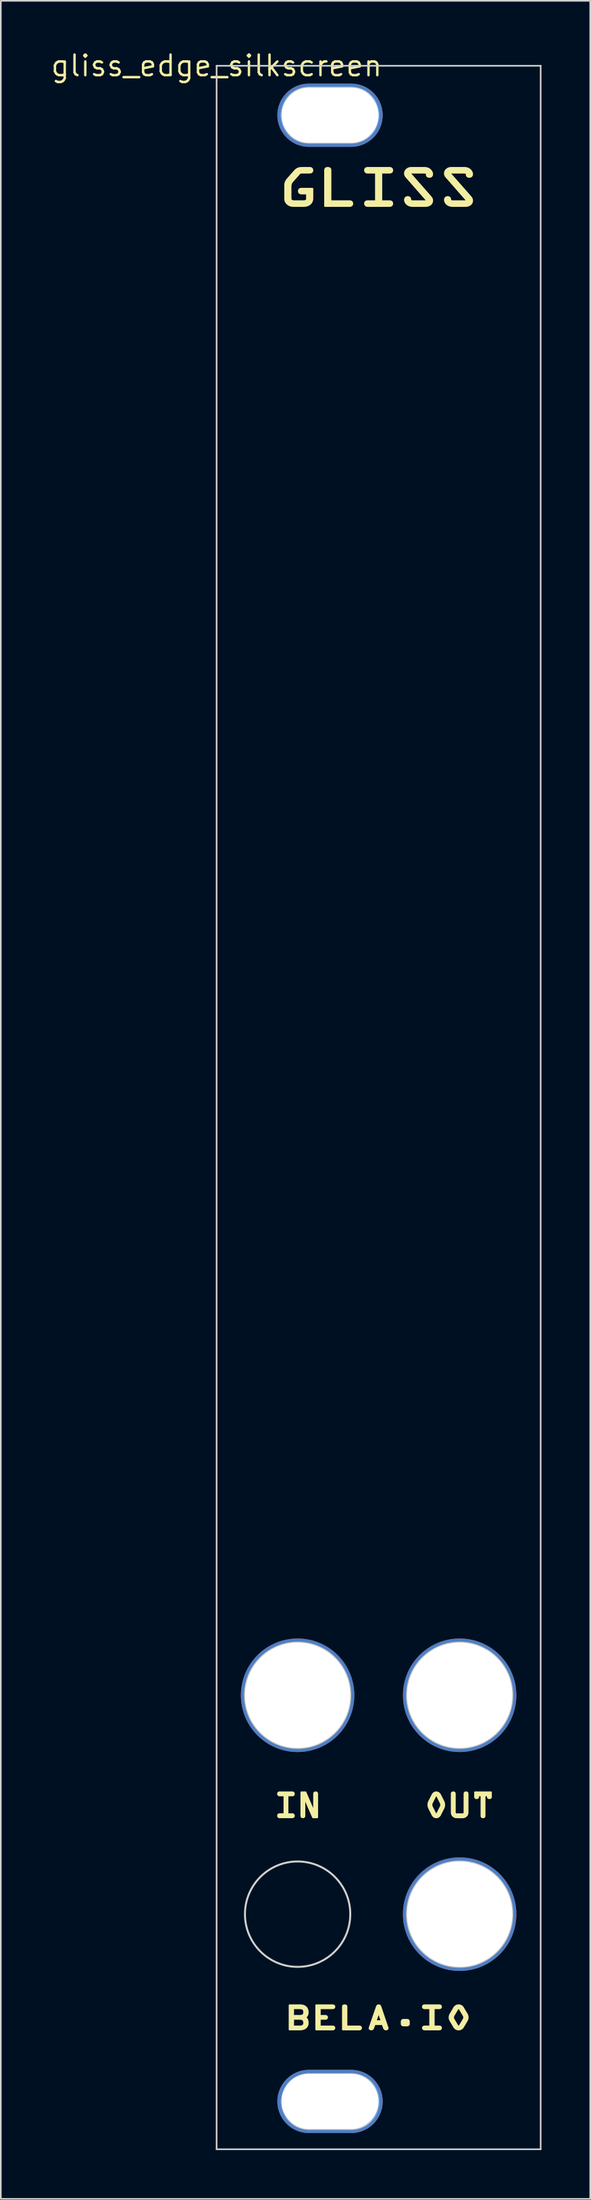
<source format=kicad_pcb>
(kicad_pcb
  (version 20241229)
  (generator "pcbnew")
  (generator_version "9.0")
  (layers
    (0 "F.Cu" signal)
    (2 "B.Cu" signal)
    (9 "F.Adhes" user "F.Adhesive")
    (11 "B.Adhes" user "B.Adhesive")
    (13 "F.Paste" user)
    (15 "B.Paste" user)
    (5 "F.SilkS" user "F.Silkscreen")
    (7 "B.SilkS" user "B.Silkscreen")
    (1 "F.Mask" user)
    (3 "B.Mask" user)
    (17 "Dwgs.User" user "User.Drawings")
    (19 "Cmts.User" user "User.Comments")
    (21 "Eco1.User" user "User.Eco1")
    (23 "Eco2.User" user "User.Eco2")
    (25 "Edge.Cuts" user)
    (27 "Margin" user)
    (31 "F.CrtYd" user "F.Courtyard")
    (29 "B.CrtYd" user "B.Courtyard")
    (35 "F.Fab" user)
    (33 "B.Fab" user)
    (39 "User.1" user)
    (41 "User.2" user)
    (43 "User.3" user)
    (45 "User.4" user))
  (footprint "gliss_edge_silkscreen"
    (layer "F.Cu")
    (at 10.318 1.006)
    (property "Reference" "gliss_edge_silkscreen" (at 0 0 0) (layer "F.SilkS") (effects (font (size 1.27 1.27) (thickness 0.15))))
    (attr through_hole)
    (fp_poly (pts (xy 7.912 119.615) (xy 7.92 119.615) (xy 7.927 119.616) (xy 7.933 119.616) (xy 7.94 119.617) (xy 7.946 119.618) (xy 7.952 119.62) (xy 7.957 119.621) (xy 7.963 119.623) (xy 7.968 119.625) (xy 7.973 119.627) (xy 7.977 119.629) (xy 7.981 119.631) (xy 7.985 119.634) (xy 7.989 119.637) (xy 7.993 119.64) (xy 7.996 119.643) (xy 7.999 119.646) (xy 8.002 119.65) (xy 8.005 119.653) (xy 8.007 119.657) (xy 8.009 119.661) (xy 8.011 119.666) (xy 8.013 119.67) (xy 8.014 119.675) (xy 8.015 119.679) (xy 8.017 119.684) (xy 8.017 119.689) (xy 8.018 119.694) (xy 8.019 119.7) (xy 8.019 119.705) (xy 8.019 119.711) (xy 8.019 120.922) (xy 8.804 120.922) (xy 8.815 120.922) (xy 8.826 120.923) (xy 8.837 120.925) (xy 8.842 120.926) (xy 8.847 120.927) (xy 8.852 120.929) (xy 8.857 120.93) (xy 8.862 120.932) (xy 8.867 120.934) (xy 8.871 120.936) (xy 8.875 120.939) (xy 8.88 120.941) (xy 8.884 120.944) (xy 8.888 120.947) (xy 8.891 120.95) (xy 8.895 120.954) (xy 8.898 120.957) (xy 8.901 120.961) (xy 8.904 120.965) (xy 8.907 120.969) (xy 8.909 120.974) (xy 8.911 120.979) (xy 8.913 120.984) (xy 8.915 120.989) (xy 8.916 120.994) (xy 8.917 121) (xy 8.918 121.006) (xy 8.918 121.012) (xy 8.918 121.018) (xy 8.918 121.025) (xy 8.918 121.031) (xy 8.917 121.037) (xy 8.916 121.042) (xy 8.915 121.048) (xy 8.913 121.053) (xy 8.911 121.058) (xy 8.909 121.063) (xy 8.907 121.067) (xy 8.904 121.071) (xy 8.901 121.075) (xy 8.898 121.079) (xy 8.895 121.083) (xy 8.891 121.086) (xy 8.888 121.089) (xy 8.884 121.092) (xy 8.88 121.095) (xy 8.875 121.098) (xy 8.871 121.1) (xy 8.867 121.102) (xy 8.857 121.106) (xy 8.847 121.109) (xy 8.837 121.112) (xy 8.826 121.113) (xy 8.815 121.114) (xy 8.804 121.115) (xy 7.791 121.115) (xy 7.791 119.711) (xy 7.791 119.7) (xy 7.792 119.689) (xy 7.793 119.684) (xy 7.794 119.679) (xy 7.795 119.675) (xy 7.797 119.67) (xy 7.799 119.666) (xy 7.801 119.661) (xy 7.803 119.657) (xy 7.805 119.653) (xy 7.808 119.65) (xy 7.811 119.646) (xy 7.814 119.643) (xy 7.817 119.64) (xy 7.82 119.637) (xy 7.824 119.634) (xy 7.828 119.631) (xy 7.833 119.629) (xy 7.837 119.627) (xy 7.842 119.625) (xy 7.847 119.623) (xy 7.852 119.621) (xy 7.858 119.62) (xy 7.864 119.618) (xy 7.87 119.617) (xy 7.876 119.616) (xy 7.89 119.615) (xy 7.905 119.615)) (stroke (width 0.1) (type solid)) (fill yes) (layer "F.SilkS"))
    (fp_poly (pts (xy 6.873 6.293) (xy 6.884 6.294) (xy 6.894 6.295) (xy 6.904 6.296) (xy 6.914 6.297) (xy 6.923 6.299) (xy 6.932 6.301) (xy 6.94 6.303) (xy 6.948 6.306) (xy 6.956 6.309) (xy 6.963 6.312) (xy 6.97 6.316) (xy 6.976 6.319) (xy 6.982 6.324) (xy 6.988 6.328) (xy 6.993 6.333) (xy 6.998 6.338) (xy 7.003 6.343) (xy 7.007 6.348) (xy 7.011 6.354) (xy 7.014 6.36) (xy 7.018 6.367) (xy 7.02 6.373) (xy 7.023 6.38) (xy 7.025 6.387) (xy 7.027 6.395) (xy 7.029 6.402) (xy 7.03 6.41) (xy 7.031 6.419) (xy 7.032 6.427) (xy 7.032 6.445) (xy 7.032 8.349) (xy 8.209 8.349) (xy 8.225 8.349) (xy 8.242 8.351) (xy 8.258 8.353) (xy 8.265 8.355) (xy 8.273 8.357) (xy 8.281 8.359) (xy 8.288 8.362) (xy 8.295 8.365) (xy 8.302 8.368) (xy 8.309 8.371) (xy 8.315 8.375) (xy 8.322 8.379) (xy 8.328 8.383) (xy 8.334 8.388) (xy 8.339 8.393) (xy 8.344 8.399) (xy 8.349 8.404) (xy 8.354 8.41) (xy 8.358 8.417) (xy 8.362 8.423) (xy 8.366 8.43) (xy 8.369 8.438) (xy 8.372 8.446) (xy 8.374 8.454) (xy 8.376 8.462) (xy 8.378 8.471) (xy 8.379 8.48) (xy 8.38 8.49) (xy 8.38 8.5) (xy 8.38 8.51) (xy 8.379 8.52) (xy 8.378 8.529) (xy 8.376 8.538) (xy 8.374 8.546) (xy 8.372 8.555) (xy 8.369 8.562) (xy 8.366 8.57) (xy 8.362 8.577) (xy 8.358 8.584) (xy 8.354 8.59) (xy 8.349 8.596) (xy 8.344 8.602) (xy 8.339 8.607) (xy 8.334 8.612) (xy 8.328 8.617) (xy 8.322 8.621) (xy 8.315 8.625) (xy 8.309 8.629) (xy 8.302 8.633) (xy 8.295 8.636) (xy 8.288 8.639) (xy 8.273 8.643) (xy 8.258 8.647) (xy 8.242 8.65) (xy 8.225 8.651) (xy 8.209 8.652) (xy 6.69 8.652) (xy 6.69 6.445) (xy 6.691 6.427) (xy 6.693 6.41) (xy 6.694 6.402) (xy 6.696 6.395) (xy 6.698 6.387) (xy 6.7 6.38) (xy 6.702 6.373) (xy 6.705 6.367) (xy 6.709 6.36) (xy 6.712 6.354) (xy 6.716 6.348) (xy 6.72 6.343) (xy 6.725 6.338) (xy 6.73 6.333) (xy 6.735 6.328) (xy 6.741 6.324) (xy 6.747 6.319) (xy 6.753 6.316) (xy 6.76 6.312) (xy 6.767 6.309) (xy 6.775 6.306) (xy 6.783 6.303) (xy 6.791 6.301) (xy 6.8 6.299) (xy 6.809 6.297) (xy 6.819 6.296) (xy 6.829 6.295) (xy 6.839 6.294) (xy 6.861 6.293)) (stroke (width 0.1) (type solid)) (fill yes) (layer "F.SilkS"))
    (fp_poly (pts (xy 6.009 107.688) (xy 6.011 107.688) (xy 6.013 106.582) (xy 6.013 106.571) (xy 6.014 106.56) (xy 6.015 106.555) (xy 6.016 106.549) (xy 6.017 106.545) (xy 6.018 106.54) (xy 6.02 106.535) (xy 6.021 106.531) (xy 6.023 106.527) (xy 6.025 106.523) (xy 6.028 106.519) (xy 6.03 106.515) (xy 6.033 106.512) (xy 6.036 106.509) (xy 6.039 106.506) (xy 6.042 106.503) (xy 6.046 106.5) (xy 6.049 106.497) (xy 6.053 106.495) (xy 6.058 106.493) (xy 6.062 106.491) (xy 6.067 106.489) (xy 6.072 106.488) (xy 6.077 106.487) (xy 6.082 106.485) (xy 6.088 106.484) (xy 6.093 106.484) (xy 6.1 106.483) (xy 6.106 106.483) (xy 6.113 106.483) (xy 6.119 106.483) (xy 6.125 106.483) (xy 6.132 106.484) (xy 6.137 106.484) (xy 6.143 106.485) (xy 6.148 106.487) (xy 6.154 106.488) (xy 6.158 106.489) (xy 6.163 106.491) (xy 6.167 106.493) (xy 6.172 106.495) (xy 6.176 106.497) (xy 6.179 106.5) (xy 6.183 106.503) (xy 6.186 106.506) (xy 6.189 106.509) (xy 6.192 106.512) (xy 6.195 106.515) (xy 6.197 106.519) (xy 6.2 106.523) (xy 6.202 106.527) (xy 6.204 106.531) (xy 6.205 106.535) (xy 6.207 106.54) (xy 6.208 106.545) (xy 6.209 106.549) (xy 6.21 106.555) (xy 6.211 106.56) (xy 6.212 106.571) (xy 6.212 106.582) (xy 6.212 108.031) (xy 5.949 108.031) (xy 5.428 106.837) (xy 5.428 106.835) (xy 5.424 106.835) (xy 5.424 107.929) (xy 5.424 107.941) (xy 5.423 107.952) (xy 5.422 107.957) (xy 5.421 107.962) (xy 5.42 107.967) (xy 5.419 107.972) (xy 5.417 107.976) (xy 5.416 107.98) (xy 5.414 107.985) (xy 5.412 107.989) (xy 5.41 107.992) (xy 5.407 107.996) (xy 5.404 107.999) (xy 5.401 108.003) (xy 5.398 108.006) (xy 5.395 108.009) (xy 5.392 108.011) (xy 5.388 108.014) (xy 5.384 108.016) (xy 5.38 108.018) (xy 5.375 108.02) (xy 5.371 108.022) (xy 5.366 108.024) (xy 5.361 108.025) (xy 5.355 108.026) (xy 5.35 108.027) (xy 5.344 108.028) (xy 5.338 108.028) (xy 5.331 108.028) (xy 5.325 108.029) (xy 5.318 108.028) (xy 5.312 108.028) (xy 5.306 108.028) (xy 5.3 108.027) (xy 5.294 108.026) (xy 5.289 108.025) (xy 5.284 108.024) (xy 5.279 108.022) (xy 5.274 108.02) (xy 5.27 108.018) (xy 5.266 108.016) (xy 5.262 108.014) (xy 5.258 108.011) (xy 5.254 108.009) (xy 5.251 108.006) (xy 5.248 108.003) (xy 5.245 107.999) (xy 5.242 107.996) (xy 5.24 107.992) (xy 5.238 107.989) (xy 5.236 107.985) (xy 5.234 107.98) (xy 5.232 107.976) (xy 5.23 107.972) (xy 5.229 107.967) (xy 5.228 107.962) (xy 5.227 107.957) (xy 5.226 107.952) (xy 5.225 107.941) (xy 5.225 107.929) (xy 5.225 106.481) (xy 5.488 106.481)) (stroke (width 0.1) (type solid)) (fill yes) (layer "F.SilkS"))
    (fp_poly (pts (xy 11.746 120.513) (xy 11.754 120.513) (xy 11.763 120.514) (xy 11.771 120.514) (xy 11.779 120.515) (xy 11.786 120.516) (xy 11.794 120.518) (xy 11.801 120.52) (xy 11.808 120.522) (xy 11.811 120.523) (xy 11.815 120.525) (xy 11.818 120.527) (xy 11.821 120.529) (xy 11.825 120.531) (xy 11.828 120.533) (xy 11.831 120.535) (xy 11.834 120.538) (xy 11.837 120.54) (xy 11.84 120.543) (xy 11.843 120.546) (xy 11.846 120.55) (xy 11.851 120.555) (xy 11.855 120.56) (xy 11.858 120.565) (xy 11.861 120.57) (xy 11.863 120.575) (xy 11.865 120.58) (xy 11.867 120.585) (xy 11.868 120.59) (xy 11.869 120.595) (xy 11.87 120.601) (xy 11.871 120.606) (xy 11.871 120.612) (xy 11.871 120.617) (xy 11.871 120.623) (xy 11.871 120.636) (xy 11.871 120.744) (xy 11.871 120.757) (xy 11.871 120.764) (xy 11.871 120.769) (xy 11.871 120.775) (xy 11.87 120.78) (xy 11.869 120.786) (xy 11.868 120.791) (xy 11.867 120.796) (xy 11.865 120.801) (xy 11.863 120.806) (xy 11.861 120.811) (xy 11.858 120.816) (xy 11.855 120.821) (xy 11.851 120.826) (xy 11.846 120.831) (xy 11.84 120.838) (xy 11.834 120.843) (xy 11.828 120.848) (xy 11.821 120.852) (xy 11.815 120.856) (xy 11.808 120.859) (xy 11.801 120.861) (xy 11.794 120.863) (xy 11.786 120.865) (xy 11.779 120.866) (xy 11.771 120.867) (xy 11.763 120.867) (xy 11.746 120.868) (xy 11.728 120.868) (xy 11.563 120.868) (xy 11.545 120.868) (xy 11.536 120.868) (xy 11.528 120.867) (xy 11.52 120.867) (xy 11.512 120.866) (xy 11.504 120.865) (xy 11.497 120.863) (xy 11.49 120.861) (xy 11.483 120.859) (xy 11.479 120.858) (xy 11.476 120.856) (xy 11.473 120.854) (xy 11.469 120.852) (xy 11.466 120.85) (xy 11.463 120.848) (xy 11.46 120.846) (xy 11.457 120.843) (xy 11.454 120.841) (xy 11.45 120.838) (xy 11.447 120.835) (xy 11.444 120.831) (xy 11.44 120.826) (xy 11.436 120.821) (xy 11.433 120.816) (xy 11.43 120.811) (xy 11.427 120.806) (xy 11.425 120.801) (xy 11.424 120.796) (xy 11.422 120.791) (xy 11.421 120.786) (xy 11.421 120.78) (xy 11.42 120.775) (xy 11.42 120.769) (xy 11.419 120.764) (xy 11.419 120.758) (xy 11.419 120.744) (xy 11.419 120.636) (xy 11.419 120.623) (xy 11.419 120.617) (xy 11.42 120.612) (xy 11.42 120.606) (xy 11.421 120.601) (xy 11.421 120.595) (xy 11.422 120.59) (xy 11.424 120.585) (xy 11.425 120.58) (xy 11.427 120.575) (xy 11.43 120.57) (xy 11.433 120.565) (xy 11.436 120.56) (xy 11.44 120.555) (xy 11.444 120.55) (xy 11.45 120.543) (xy 11.457 120.538) (xy 11.463 120.533) (xy 11.469 120.529) (xy 11.476 120.525) (xy 11.483 120.522) (xy 11.49 120.52) (xy 11.497 120.518) (xy 11.504 120.516) (xy 11.512 120.515) (xy 11.52 120.514) (xy 11.528 120.514) (xy 11.545 120.513) (xy 11.563 120.513) (xy 11.728 120.513)) (stroke (width 0.1) (type solid)) (fill yes) (layer "F.SilkS"))
    (fp_poly (pts (xy 10.007 119.615) (xy 10.014 119.615) (xy 10.02 119.616) (xy 10.026 119.617) (xy 10.032 119.618) (xy 10.038 119.619) (xy 10.043 119.621) (xy 10.048 119.623) (xy 10.053 119.625) (xy 10.058 119.627) (xy 10.062 119.63) (xy 10.066 119.633) (xy 10.07 119.635) (xy 10.074 119.638) (xy 10.078 119.642) (xy 10.082 119.645) (xy 10.085 119.649) (xy 10.088 119.652) (xy 10.094 119.66) (xy 10.099 119.668) (xy 10.104 119.676) (xy 10.108 119.685) (xy 10.112 119.694) (xy 10.116 119.704) (xy 10.119 119.713) (xy 10.559 121.018) (xy 10.561 121.023) (xy 10.561 121.027) (xy 10.562 121.031) (xy 10.562 121.036) (xy 10.561 121.04) (xy 10.561 121.044) (xy 10.559 121.049) (xy 10.558 121.053) (xy 10.556 121.057) (xy 10.554 121.061) (xy 10.551 121.065) (xy 10.549 121.069) (xy 10.545 121.073) (xy 10.542 121.077) (xy 10.538 121.08) (xy 10.534 121.084) (xy 10.526 121.09) (xy 10.517 121.096) (xy 10.507 121.102) (xy 10.496 121.106) (xy 10.485 121.11) (xy 10.479 121.111) (xy 10.473 121.112) (xy 10.468 121.113) (xy 10.462 121.114) (xy 10.456 121.115) (xy 10.45 121.115) (xy 10.443 121.115) (xy 10.437 121.114) (xy 10.431 121.113) (xy 10.425 121.112) (xy 10.419 121.111) (xy 10.413 121.11) (xy 10.408 121.108) (xy 10.403 121.106) (xy 10.398 121.104) (xy 10.393 121.102) (xy 10.388 121.099) (xy 10.384 121.096) (xy 10.379 121.093) (xy 10.375 121.09) (xy 10.371 121.087) (xy 10.368 121.084) (xy 10.364 121.08) (xy 10.36 121.077) (xy 10.354 121.069) (xy 10.348 121.061) (xy 10.342 121.053) (xy 10.338 121.044) (xy 10.333 121.036) (xy 10.33 121.027) (xy 10.326 121.018) (xy 10.242 120.787) (xy 9.756 120.787) (xy 9.669 121.018) (xy 9.666 121.027) (xy 9.662 121.036) (xy 9.658 121.044) (xy 9.653 121.053) (xy 9.648 121.061) (xy 9.642 121.069) (xy 9.635 121.077) (xy 9.628 121.084) (xy 9.624 121.087) (xy 9.62 121.09) (xy 9.616 121.093) (xy 9.612 121.096) (xy 9.607 121.099) (xy 9.602 121.102) (xy 9.598 121.104) (xy 9.593 121.106) (xy 9.587 121.108) (xy 9.582 121.11) (xy 9.576 121.111) (xy 9.571 121.112) (xy 9.565 121.113) (xy 9.559 121.114) (xy 9.552 121.115) (xy 9.546 121.115) (xy 9.54 121.115) (xy 9.534 121.114) (xy 9.528 121.113) (xy 9.522 121.112) (xy 9.516 121.111) (xy 9.51 121.11) (xy 9.505 121.108) (xy 9.499 121.106) (xy 9.494 121.104) (xy 9.489 121.102) (xy 9.484 121.099) (xy 9.479 121.096) (xy 9.474 121.093) (xy 9.469 121.09) (xy 9.465 121.087) (xy 9.461 121.084) (xy 9.457 121.08) (xy 9.453 121.077) (xy 9.45 121.073) (xy 9.447 121.069) (xy 9.444 121.065) (xy 9.442 121.061) (xy 9.439 121.057) (xy 9.437 121.053) (xy 9.436 121.049) (xy 9.435 121.044) (xy 9.434 121.04) (xy 9.434 121.036) (xy 9.434 121.031) (xy 9.434 121.027) (xy 9.435 121.023) (xy 9.436 121.018) (xy 9.581 120.594) (xy 9.82 120.594) (xy 10.178 120.594) (xy 10.002 120.072) (xy 9.998 120.072) (xy 9.82 120.594) (xy 9.581 120.594) (xy 9.884 119.713) (xy 9.887 119.703) (xy 9.891 119.694) (xy 9.895 119.685) (xy 9.899 119.676) (xy 9.904 119.667) (xy 9.909 119.659) (xy 9.915 119.651) (xy 9.918 119.648) (xy 9.921 119.644) (xy 9.925 119.641) (xy 9.928 119.638) (xy 9.932 119.635) (xy 9.936 119.632) (xy 9.94 119.629) (xy 9.944 119.627) (xy 9.949 119.625) (xy 9.954 119.623) (xy 9.958 119.621) (xy 9.964 119.619) (xy 9.969 119.618) (xy 9.975 119.617) (xy 9.981 119.616) (xy 9.987 119.615) (xy 9.993 119.615) (xy 10 119.615)) (stroke (width 0.1) (type solid)) (fill yes) (layer "F.SilkS"))
    (fp_poly (pts (xy 7.17 119.615) (xy 7.181 119.616) (xy 7.192 119.618) (xy 7.197 119.619) (xy 7.202 119.62) (xy 7.207 119.621) (xy 7.212 119.623) (xy 7.217 119.625) (xy 7.221 119.627) (xy 7.226 119.629) (xy 7.23 119.631) (xy 7.234 119.634) (xy 7.238 119.637) (xy 7.242 119.64) (xy 7.246 119.643) (xy 7.249 119.646) (xy 7.253 119.65) (xy 7.256 119.654) (xy 7.259 119.658) (xy 7.261 119.662) (xy 7.264 119.667) (xy 7.266 119.671) (xy 7.268 119.676) (xy 7.269 119.682) (xy 7.271 119.687) (xy 7.272 119.693) (xy 7.272 119.699) (xy 7.273 119.705) (xy 7.273 119.711) (xy 7.273 119.717) (xy 7.272 119.724) (xy 7.272 119.729) (xy 7.271 119.735) (xy 7.269 119.741) (xy 7.268 119.746) (xy 7.266 119.751) (xy 7.264 119.755) (xy 7.261 119.76) (xy 7.259 119.764) (xy 7.256 119.768) (xy 7.253 119.772) (xy 7.249 119.776) (xy 7.246 119.779) (xy 7.242 119.782) (xy 7.238 119.785) (xy 7.234 119.788) (xy 7.23 119.791) (xy 7.226 119.793) (xy 7.221 119.795) (xy 7.212 119.799) (xy 7.202 119.802) (xy 7.192 119.804) (xy 7.181 119.806) (xy 7.17 119.807) (xy 7.159 119.807) (xy 6.374 119.807) (xy 6.374 120.268) (xy 6.709 120.268) (xy 6.72 120.269) (xy 6.731 120.27) (xy 6.742 120.271) (xy 6.747 120.272) (xy 6.752 120.274) (xy 6.757 120.275) (xy 6.762 120.277) (xy 6.767 120.278) (xy 6.771 120.28) (xy 6.776 120.283) (xy 6.78 120.285) (xy 6.785 120.288) (xy 6.789 120.29) (xy 6.792 120.293) (xy 6.796 120.297) (xy 6.8 120.3) (xy 6.803 120.304) (xy 6.806 120.307) (xy 6.809 120.312) (xy 6.811 120.316) (xy 6.814 120.32) (xy 6.816 120.325) (xy 6.818 120.33) (xy 6.82 120.335) (xy 6.821 120.341) (xy 6.822 120.346) (xy 6.823 120.352) (xy 6.823 120.358) (xy 6.823 120.365) (xy 6.823 120.371) (xy 6.823 120.377) (xy 6.822 120.383) (xy 6.821 120.389) (xy 6.82 120.394) (xy 6.818 120.399) (xy 6.816 120.404) (xy 6.814 120.409) (xy 6.811 120.413) (xy 6.809 120.418) (xy 6.806 120.422) (xy 6.803 120.426) (xy 6.8 120.429) (xy 6.796 120.433) (xy 6.792 120.436) (xy 6.789 120.439) (xy 6.785 120.442) (xy 6.78 120.444) (xy 6.776 120.447) (xy 6.771 120.449) (xy 6.762 120.453) (xy 6.752 120.456) (xy 6.742 120.458) (xy 6.731 120.46) (xy 6.72 120.461) (xy 6.709 120.461) (xy 6.374 120.461) (xy 6.374 120.922) (xy 7.159 120.922) (xy 7.17 120.922) (xy 7.181 120.923) (xy 7.192 120.925) (xy 7.197 120.926) (xy 7.202 120.927) (xy 7.207 120.929) (xy 7.212 120.93) (xy 7.217 120.932) (xy 7.221 120.934) (xy 7.226 120.936) (xy 7.23 120.939) (xy 7.234 120.941) (xy 7.238 120.944) (xy 7.242 120.947) (xy 7.246 120.95) (xy 7.249 120.954) (xy 7.253 120.957) (xy 7.256 120.961) (xy 7.259 120.965) (xy 7.261 120.969) (xy 7.264 120.974) (xy 7.266 120.979) (xy 7.268 120.984) (xy 7.269 120.989) (xy 7.271 120.994) (xy 7.272 121) (xy 7.272 121.006) (xy 7.273 121.012) (xy 7.273 121.018) (xy 7.273 121.025) (xy 7.272 121.031) (xy 7.272 121.037) (xy 7.271 121.042) (xy 7.269 121.048) (xy 7.268 121.053) (xy 7.266 121.058) (xy 7.264 121.063) (xy 7.261 121.067) (xy 7.259 121.071) (xy 7.256 121.075) (xy 7.253 121.079) (xy 7.249 121.083) (xy 7.246 121.086) (xy 7.242 121.089) (xy 7.238 121.092) (xy 7.234 121.095) (xy 7.23 121.098) (xy 7.226 121.1) (xy 7.221 121.102) (xy 7.212 121.106) (xy 7.202 121.109) (xy 7.192 121.112) (xy 7.181 121.113) (xy 7.17 121.114) (xy 7.159 121.115) (xy 6.145 121.115) (xy 6.145 119.615) (xy 7.159 119.615)) (stroke (width 0.1) (type solid)) (fill yes) (layer "F.SilkS"))
    (fp_poly (pts (xy 16.936 106.752) (xy 16.936 106.763) (xy 16.935 106.774) (xy 16.934 106.779) (xy 16.933 106.784) (xy 16.932 106.789) (xy 16.931 106.794) (xy 16.929 106.799) (xy 16.927 106.803) (xy 16.925 106.807) (xy 16.923 106.811) (xy 16.921 106.815) (xy 16.919 106.819) (xy 16.916 106.822) (xy 16.913 106.825) (xy 16.91 106.828) (xy 16.907 106.831) (xy 16.903 106.834) (xy 16.899 106.836) (xy 16.895 106.839) (xy 16.891 106.841) (xy 16.887 106.843) (xy 16.882 106.845) (xy 16.877 106.846) (xy 16.872 106.847) (xy 16.867 106.849) (xy 16.861 106.85) (xy 16.855 106.85) (xy 16.849 106.851) (xy 16.843 106.851) (xy 16.836 106.851) (xy 16.829 106.851) (xy 16.823 106.851) (xy 16.817 106.85) (xy 16.811 106.85) (xy 16.805 106.849) (xy 16.8 106.847) (xy 16.795 106.846) (xy 16.79 106.845) (xy 16.785 106.843) (xy 16.781 106.841) (xy 16.777 106.839) (xy 16.773 106.836) (xy 16.769 106.834) (xy 16.765 106.831) (xy 16.762 106.828) (xy 16.759 106.825) (xy 16.756 106.822) (xy 16.753 106.819) (xy 16.751 106.815) (xy 16.749 106.811) (xy 16.747 106.807) (xy 16.745 106.803) (xy 16.743 106.799) (xy 16.741 106.794) (xy 16.74 106.789) (xy 16.739 106.784) (xy 16.738 106.779) (xy 16.737 106.774) (xy 16.736 106.763) (xy 16.736 106.752) (xy 16.736 106.68) (xy 16.542 106.68) (xy 16.542 107.931) (xy 16.542 107.943) (xy 16.541 107.954) (xy 16.54 107.959) (xy 16.539 107.964) (xy 16.538 107.969) (xy 16.536 107.973) (xy 16.535 107.978) (xy 16.533 107.982) (xy 16.531 107.987) (xy 16.529 107.991) (xy 16.527 107.994) (xy 16.524 107.998) (xy 16.522 108.001) (xy 16.519 108.005) (xy 16.516 108.008) (xy 16.512 108.011) (xy 16.509 108.013) (xy 16.505 108.016) (xy 16.501 108.018) (xy 16.497 108.02) (xy 16.493 108.022) (xy 16.488 108.024) (xy 16.483 108.026) (xy 16.478 108.027) (xy 16.472 108.028) (xy 16.467 108.029) (xy 16.461 108.03) (xy 16.455 108.03) (xy 16.448 108.031) (xy 16.442 108.031) (xy 16.435 108.031) (xy 16.429 108.03) (xy 16.423 108.03) (xy 16.417 108.029) (xy 16.411 108.028) (xy 16.406 108.027) (xy 16.401 108.026) (xy 16.396 108.024) (xy 16.391 108.022) (xy 16.387 108.02) (xy 16.383 108.018) (xy 16.379 108.016) (xy 16.375 108.013) (xy 16.371 108.011) (xy 16.368 108.008) (xy 16.365 108.005) (xy 16.362 108.001) (xy 16.359 107.998) (xy 16.357 107.994) (xy 16.354 107.991) (xy 16.352 107.987) (xy 16.351 107.982) (xy 16.349 107.978) (xy 16.347 107.974) (xy 16.346 107.969) (xy 16.345 107.964) (xy 16.344 107.959) (xy 16.343 107.954) (xy 16.342 107.943) (xy 16.342 107.931) (xy 16.342 106.68) (xy 16.148 106.68) (xy 16.148 106.752) (xy 16.147 106.763) (xy 16.146 106.774) (xy 16.146 106.779) (xy 16.145 106.784) (xy 16.144 106.789) (xy 16.142 106.794) (xy 16.141 106.799) (xy 16.139 106.803) (xy 16.137 106.807) (xy 16.135 106.811) (xy 16.133 106.815) (xy 16.13 106.819) (xy 16.128 106.822) (xy 16.125 106.825) (xy 16.122 106.828) (xy 16.118 106.831) (xy 16.115 106.834) (xy 16.111 106.837) (xy 16.107 106.839) (xy 16.103 106.841) (xy 16.098 106.843) (xy 16.094 106.845) (xy 16.089 106.846) (xy 16.084 106.847) (xy 16.078 106.849) (xy 16.073 106.85) (xy 16.067 106.85) (xy 16.061 106.851) (xy 16.054 106.851) (xy 16.048 106.851) (xy 16.041 106.851) (xy 16.035 106.851) (xy 16.029 106.85) (xy 16.023 106.85) (xy 16.017 106.849) (xy 16.012 106.847) (xy 16.007 106.846) (xy 16.002 106.845) (xy 15.997 106.843) (xy 15.993 106.841) (xy 15.988 106.839) (xy 15.984 106.837) (xy 15.981 106.834) (xy 15.977 106.831) (xy 15.974 106.828) (xy 15.971 106.825) (xy 15.968 106.822) (xy 15.965 106.819) (xy 15.963 106.815) (xy 15.96 106.811) (xy 15.958 106.807) (xy 15.956 106.803) (xy 15.955 106.799) (xy 15.953 106.794) (xy 15.952 106.789) (xy 15.951 106.784) (xy 15.95 106.779) (xy 15.949 106.774) (xy 15.948 106.763) (xy 15.948 106.752) (xy 15.948 106.481) (xy 16.936 106.481)) (stroke (width 0.1) (type solid)) (fill yes) (layer "F.SilkS"))
    (fp_poly (pts (xy 5.17 119.615) (xy 5.2 119.617) (xy 5.229 119.619) (xy 5.257 119.623) (xy 5.283 119.627) (xy 5.309 119.632) (xy 5.334 119.639) (xy 5.357 119.646) (xy 5.38 119.654) (xy 5.401 119.663) (xy 5.422 119.673) (xy 5.441 119.684) (xy 5.46 119.696) (xy 5.477 119.708) (xy 5.494 119.721) (xy 5.509 119.735) (xy 5.524 119.75) (xy 5.537 119.766) (xy 5.55 119.782) (xy 5.562 119.8) (xy 5.572 119.818) (xy 5.582 119.836) (xy 5.591 119.856) (xy 5.599 119.876) (xy 5.605 119.897) (xy 5.611 119.918) (xy 5.616 119.94) (xy 5.621 119.963) (xy 5.624 119.986) (xy 5.626 120.01) (xy 5.627 120.035) (xy 5.628 120.06) (xy 5.627 120.081) (xy 5.626 120.102) (xy 5.624 120.122) (xy 5.621 120.142) (xy 5.617 120.162) (xy 5.612 120.182) (xy 5.606 120.201) (xy 5.598 120.22) (xy 5.589 120.239) (xy 5.578 120.258) (xy 5.566 120.276) (xy 5.552 120.295) (xy 5.544 120.304) (xy 5.536 120.312) (xy 5.518 120.33) (xy 5.499 120.348) (xy 5.477 120.365) (xy 5.5 120.384) (xy 5.521 120.404) (xy 5.539 120.423) (xy 5.556 120.443) (xy 5.57 120.463) (xy 5.582 120.483) (xy 5.592 120.504) (xy 5.601 120.525) (xy 5.608 120.546) (xy 5.614 120.568) (xy 5.619 120.59) (xy 5.623 120.614) (xy 5.625 120.637) (xy 5.627 120.662) (xy 5.627 120.687) (xy 5.628 120.714) (xy 5.627 120.737) (xy 5.625 120.76) (xy 5.623 120.782) (xy 5.619 120.803) (xy 5.614 120.824) (xy 5.608 120.844) (xy 5.6 120.864) (xy 5.592 120.883) (xy 5.583 120.901) (xy 5.573 120.919) (xy 5.562 120.935) (xy 5.55 120.952) (xy 5.537 120.967) (xy 5.523 120.982) (xy 5.508 120.996) (xy 5.492 121.009) (xy 5.476 121.021) (xy 5.458 121.033) (xy 5.44 121.044) (xy 5.421 121.054) (xy 5.401 121.064) (xy 5.381 121.073) (xy 5.36 121.08) (xy 5.338 121.088) (xy 5.292 121.099) (xy 5.243 121.108) (xy 5.192 121.113) (xy 5.139 121.115) (xy 4.5 121.115) (xy 4.5 120.922) (xy 4.728 120.922) (xy 5.139 120.922) (xy 5.169 120.921) (xy 5.198 120.919) (xy 5.211 120.917) (xy 5.224 120.915) (xy 5.237 120.913) (xy 5.249 120.91) (xy 5.261 120.907) (xy 5.272 120.903) (xy 5.283 120.899) (xy 5.294 120.895) (xy 5.304 120.89) (xy 5.313 120.885) (xy 5.322 120.879) (xy 5.331 120.873) (xy 5.339 120.866) (xy 5.347 120.859) (xy 5.354 120.852) (xy 5.36 120.844) (xy 5.367 120.836) (xy 5.372 120.827) (xy 5.377 120.818) (xy 5.382 120.808) (xy 5.386 120.798) (xy 5.39 120.787) (xy 5.393 120.776) (xy 5.395 120.765) (xy 5.397 120.753) (xy 5.398 120.74) (xy 5.399 120.727) (xy 5.399 120.714) (xy 5.399 120.684) (xy 5.397 120.656) (xy 5.393 120.63) (xy 5.391 120.618) (xy 5.388 120.606) (xy 5.385 120.594) (xy 5.381 120.583) (xy 5.377 120.573) (xy 5.372 120.563) (xy 5.367 120.553) (xy 5.361 120.544) (xy 5.354 120.535) (xy 5.347 120.527) (xy 5.34 120.519) (xy 5.331 120.511) (xy 5.322 120.505) (xy 5.313 120.498) (xy 5.303 120.492) (xy 5.292 120.487) (xy 5.28 120.482) (xy 5.267 120.478) (xy 5.254 120.474) (xy 5.24 120.471) (xy 5.226 120.468) (xy 5.21 120.465) (xy 5.194 120.463) (xy 5.176 120.462) (xy 5.158 120.461) (xy 5.139 120.461) (xy 4.728 120.461) (xy 4.728 120.922) (xy 4.5 120.922) (xy 4.5 120.268) (xy 4.728 120.268) (xy 5.139 120.268) (xy 5.169 120.268) (xy 5.198 120.265) (xy 5.211 120.264) (xy 5.224 120.262) (xy 5.237 120.259) (xy 5.249 120.256) (xy 5.261 120.253) (xy 5.272 120.249) (xy 5.283 120.245) (xy 5.294 120.241) (xy 5.304 120.236) (xy 5.313 120.231) (xy 5.322 120.225) (xy 5.331 120.219) (xy 5.339 120.213) (xy 5.347 120.206) (xy 5.354 120.198) (xy 5.36 120.19) (xy 5.367 120.182) (xy 5.372 120.173) (xy 5.377 120.164) (xy 5.382 120.154) (xy 5.386 120.144) (xy 5.39 120.134) (xy 5.393 120.123) (xy 5.395 120.111) (xy 5.397 120.099) (xy 5.398 120.087) (xy 5.399 120.074) (xy 5.399 120.06) (xy 5.399 120.031) (xy 5.397 120.003) (xy 5.393 119.977) (xy 5.391 119.964) (xy 5.388 119.952) (xy 5.385 119.941) (xy 5.381 119.93) (xy 5.377 119.919) (xy 5.372 119.909) (xy 5.367 119.899) (xy 5.361 119.89) (xy 5.354 119.881) (xy 5.347 119.873) (xy 5.34 119.865) (xy 5.331 119.858) (xy 5.322 119.851) (xy 5.313 119.845) (xy 5.303 119.839) (xy 5.292 119.833) (xy 5.28 119.829) (xy 5.267 119.824) (xy 5.254 119.82) (xy 5.24 119.817) (xy 5.226 119.814) (xy 5.21 119.812) (xy 5.194 119.81) (xy 5.176 119.809) (xy 5.158 119.808) (xy 5.139 119.807) (xy 4.728 119.807) (xy 4.728 120.268) (xy 4.5 120.268) (xy 4.5 119.615) (xy 5.139 119.615)) (stroke (width 0.1) (type solid)) (fill yes) (layer "F.SilkS"))
    (fp_poly (pts (xy 13.752 119.615) (xy 13.762 119.616) (xy 13.773 119.618) (xy 13.778 119.619) (xy 13.783 119.62) (xy 13.788 119.621) (xy 13.793 119.623) (xy 13.798 119.625) (xy 13.803 119.627) (xy 13.807 119.629) (xy 13.812 119.631) (xy 13.816 119.634) (xy 13.82 119.637) (xy 13.824 119.64) (xy 13.827 119.643) (xy 13.831 119.646) (xy 13.834 119.65) (xy 13.837 119.654) (xy 13.84 119.658) (xy 13.843 119.662) (xy 13.845 119.667) (xy 13.847 119.671) (xy 13.849 119.676) (xy 13.851 119.682) (xy 13.852 119.687) (xy 13.853 119.693) (xy 13.854 119.699) (xy 13.854 119.705) (xy 13.855 119.711) (xy 13.854 119.717) (xy 13.854 119.724) (xy 13.853 119.729) (xy 13.852 119.735) (xy 13.851 119.741) (xy 13.849 119.746) (xy 13.847 119.751) (xy 13.845 119.755) (xy 13.843 119.76) (xy 13.84 119.764) (xy 13.837 119.768) (xy 13.834 119.772) (xy 13.831 119.776) (xy 13.827 119.779) (xy 13.824 119.782) (xy 13.82 119.785) (xy 13.816 119.788) (xy 13.812 119.791) (xy 13.807 119.793) (xy 13.803 119.795) (xy 13.793 119.799) (xy 13.783 119.802) (xy 13.773 119.805) (xy 13.762 119.806) (xy 13.752 119.807) (xy 13.74 119.807) (xy 13.405 119.807) (xy 13.405 120.922) (xy 13.74 120.922) (xy 13.752 120.922) (xy 13.762 120.923) (xy 13.773 120.925) (xy 13.778 120.926) (xy 13.783 120.927) (xy 13.788 120.929) (xy 13.793 120.93) (xy 13.798 120.932) (xy 13.803 120.934) (xy 13.807 120.936) (xy 13.812 120.939) (xy 13.816 120.941) (xy 13.82 120.944) (xy 13.824 120.947) (xy 13.827 120.95) (xy 13.831 120.954) (xy 13.834 120.957) (xy 13.837 120.961) (xy 13.84 120.965) (xy 13.843 120.969) (xy 13.845 120.974) (xy 13.847 120.979) (xy 13.849 120.984) (xy 13.851 120.989) (xy 13.852 120.994) (xy 13.853 121) (xy 13.854 121.006) (xy 13.854 121.012) (xy 13.855 121.018) (xy 13.854 121.025) (xy 13.854 121.031) (xy 13.853 121.037) (xy 13.852 121.042) (xy 13.851 121.048) (xy 13.849 121.053) (xy 13.847 121.058) (xy 13.845 121.063) (xy 13.843 121.067) (xy 13.84 121.071) (xy 13.837 121.075) (xy 13.834 121.079) (xy 13.831 121.083) (xy 13.827 121.086) (xy 13.824 121.089) (xy 13.82 121.092) (xy 13.816 121.095) (xy 13.812 121.098) (xy 13.807 121.1) (xy 13.803 121.102) (xy 13.793 121.106) (xy 13.783 121.109) (xy 13.773 121.112) (xy 13.762 121.113) (xy 13.752 121.114) (xy 13.74 121.115) (xy 12.841 121.115) (xy 12.83 121.114) (xy 12.819 121.113) (xy 12.808 121.112) (xy 12.803 121.111) (xy 12.798 121.109) (xy 12.793 121.108) (xy 12.788 121.106) (xy 12.783 121.104) (xy 12.779 121.102) (xy 12.774 121.1) (xy 12.77 121.098) (xy 12.766 121.095) (xy 12.762 121.092) (xy 12.758 121.089) (xy 12.754 121.086) (xy 12.751 121.083) (xy 12.747 121.079) (xy 12.744 121.075) (xy 12.741 121.071) (xy 12.739 121.067) (xy 12.736 121.063) (xy 12.734 121.058) (xy 12.732 121.053) (xy 12.731 121.048) (xy 12.729 121.042) (xy 12.728 121.037) (xy 12.727 121.031) (xy 12.727 121.025) (xy 12.727 121.018) (xy 12.727 121.012) (xy 12.727 121.006) (xy 12.728 121) (xy 12.729 120.994) (xy 12.731 120.989) (xy 12.732 120.984) (xy 12.734 120.979) (xy 12.736 120.974) (xy 12.739 120.969) (xy 12.741 120.965) (xy 12.744 120.961) (xy 12.747 120.957) (xy 12.751 120.954) (xy 12.754 120.95) (xy 12.758 120.947) (xy 12.762 120.944) (xy 12.766 120.941) (xy 12.77 120.939) (xy 12.774 120.936) (xy 12.779 120.934) (xy 12.788 120.93) (xy 12.798 120.927) (xy 12.808 120.925) (xy 12.819 120.923) (xy 12.83 120.922) (xy 12.841 120.922) (xy 13.177 120.922) (xy 13.177 119.807) (xy 12.841 119.807) (xy 12.83 119.807) (xy 12.819 119.806) (xy 12.808 119.805) (xy 12.803 119.803) (xy 12.798 119.802) (xy 12.793 119.801) (xy 12.788 119.799) (xy 12.783 119.797) (xy 12.779 119.795) (xy 12.774 119.793) (xy 12.77 119.791) (xy 12.766 119.788) (xy 12.762 119.785) (xy 12.758 119.782) (xy 12.754 119.779) (xy 12.751 119.776) (xy 12.747 119.772) (xy 12.744 119.768) (xy 12.741 119.764) (xy 12.739 119.76) (xy 12.736 119.755) (xy 12.734 119.751) (xy 12.732 119.746) (xy 12.731 119.741) (xy 12.729 119.735) (xy 12.728 119.729) (xy 12.727 119.724) (xy 12.727 119.717) (xy 12.727 119.711) (xy 12.727 119.705) (xy 12.727 119.699) (xy 12.728 119.693) (xy 12.729 119.687) (xy 12.731 119.682) (xy 12.732 119.676) (xy 12.734 119.671) (xy 12.736 119.667) (xy 12.739 119.662) (xy 12.741 119.658) (xy 12.744 119.654) (xy 12.747 119.65) (xy 12.751 119.646) (xy 12.754 119.643) (xy 12.758 119.64) (xy 12.762 119.637) (xy 12.766 119.634) (xy 12.77 119.631) (xy 12.774 119.629) (xy 12.779 119.627) (xy 12.788 119.623) (xy 12.798 119.62) (xy 12.808 119.618) (xy 12.819 119.616) (xy 12.83 119.615) (xy 12.841 119.615) (xy 13.74 119.615)) (stroke (width 0.1) (type solid)) (fill yes) (layer "F.SilkS"))
    (fp_poly (pts (xy 4.683 106.481) (xy 4.692 106.482) (xy 4.702 106.484) (xy 4.711 106.486) (xy 4.715 106.488) (xy 4.719 106.489) (xy 4.723 106.491) (xy 4.728 106.493) (xy 4.731 106.496) (xy 4.735 106.498) (xy 4.739 106.501) (xy 4.742 106.504) (xy 4.746 106.507) (xy 4.749 106.51) (xy 4.752 106.514) (xy 4.755 106.517) (xy 4.758 106.521) (xy 4.76 106.525) (xy 4.763 106.53) (xy 4.765 106.535) (xy 4.766 106.539) (xy 4.768 106.545) (xy 4.77 106.55) (xy 4.771 106.555) (xy 4.772 106.561) (xy 4.772 106.567) (xy 4.773 106.574) (xy 4.773 106.58) (xy 4.773 106.587) (xy 4.772 106.593) (xy 4.772 106.599) (xy 4.771 106.605) (xy 4.77 106.611) (xy 4.768 106.616) (xy 4.766 106.621) (xy 4.765 106.626) (xy 4.763 106.631) (xy 4.76 106.635) (xy 4.758 106.639) (xy 4.755 106.643) (xy 4.752 106.647) (xy 4.749 106.65) (xy 4.746 106.654) (xy 4.742 106.657) (xy 4.739 106.66) (xy 4.735 106.662) (xy 4.731 106.665) (xy 4.728 106.667) (xy 4.723 106.669) (xy 4.719 106.671) (xy 4.715 106.673) (xy 4.711 106.674) (xy 4.702 106.677) (xy 4.692 106.678) (xy 4.683 106.679) (xy 4.673 106.68) (xy 4.38 106.68) (xy 4.38 107.83) (xy 4.673 107.83) (xy 4.683 107.83) (xy 4.692 107.831) (xy 4.702 107.833) (xy 4.711 107.835) (xy 4.715 107.837) (xy 4.719 107.838) (xy 4.723 107.84) (xy 4.728 107.842) (xy 4.731 107.844) (xy 4.735 107.847) (xy 4.739 107.85) (xy 4.742 107.853) (xy 4.746 107.856) (xy 4.749 107.859) (xy 4.752 107.862) (xy 4.755 107.866) (xy 4.758 107.87) (xy 4.76 107.874) (xy 4.763 107.879) (xy 4.765 107.883) (xy 4.766 107.888) (xy 4.768 107.893) (xy 4.77 107.899) (xy 4.771 107.904) (xy 4.772 107.91) (xy 4.772 107.916) (xy 4.773 107.923) (xy 4.773 107.929) (xy 4.773 107.936) (xy 4.772 107.942) (xy 4.772 107.948) (xy 4.771 107.954) (xy 4.77 107.96) (xy 4.768 107.965) (xy 4.766 107.97) (xy 4.765 107.975) (xy 4.763 107.98) (xy 4.76 107.984) (xy 4.758 107.988) (xy 4.755 107.992) (xy 4.752 107.996) (xy 4.749 107.999) (xy 4.746 108.003) (xy 4.742 108.006) (xy 4.739 108.009) (xy 4.735 108.011) (xy 4.731 108.014) (xy 4.728 108.016) (xy 4.723 108.018) (xy 4.719 108.02) (xy 4.715 108.022) (xy 4.711 108.023) (xy 4.702 108.026) (xy 4.692 108.027) (xy 4.683 108.028) (xy 4.673 108.029) (xy 3.887 108.029) (xy 3.878 108.028) (xy 3.868 108.027) (xy 3.859 108.026) (xy 3.85 108.023) (xy 3.846 108.022) (xy 3.841 108.02) (xy 3.837 108.018) (xy 3.833 108.016) (xy 3.829 108.014) (xy 3.825 108.011) (xy 3.822 108.009) (xy 3.818 108.006) (xy 3.815 108.003) (xy 3.811 107.999) (xy 3.808 107.996) (xy 3.806 107.992) (xy 3.803 107.988) (xy 3.8 107.984) (xy 3.798 107.98) (xy 3.796 107.975) (xy 3.794 107.97) (xy 3.792 107.965) (xy 3.791 107.96) (xy 3.79 107.954) (xy 3.789 107.948) (xy 3.788 107.942) (xy 3.788 107.936) (xy 3.788 107.929) (xy 3.788 107.923) (xy 3.788 107.916) (xy 3.789 107.91) (xy 3.79 107.904) (xy 3.791 107.899) (xy 3.792 107.893) (xy 3.794 107.888) (xy 3.796 107.883) (xy 3.798 107.879) (xy 3.8 107.874) (xy 3.803 107.87) (xy 3.806 107.866) (xy 3.808 107.862) (xy 3.811 107.859) (xy 3.815 107.856) (xy 3.818 107.852) (xy 3.822 107.85) (xy 3.825 107.847) (xy 3.829 107.844) (xy 3.833 107.842) (xy 3.837 107.84) (xy 3.841 107.838) (xy 3.846 107.837) (xy 3.85 107.835) (xy 3.859 107.833) (xy 3.868 107.831) (xy 3.878 107.83) (xy 3.887 107.83) (xy 4.181 107.83) (xy 4.181 106.68) (xy 3.887 106.68) (xy 3.878 106.679) (xy 3.868 106.678) (xy 3.859 106.677) (xy 3.85 106.674) (xy 3.846 106.673) (xy 3.841 106.671) (xy 3.837 106.669) (xy 3.833 106.667) (xy 3.829 106.665) (xy 3.825 106.662) (xy 3.822 106.66) (xy 3.818 106.657) (xy 3.815 106.654) (xy 3.811 106.65) (xy 3.808 106.647) (xy 3.806 106.643) (xy 3.803 106.639) (xy 3.8 106.635) (xy 3.798 106.631) (xy 3.796 106.626) (xy 3.794 106.621) (xy 3.792 106.616) (xy 3.791 106.611) (xy 3.79 106.605) (xy 3.789 106.599) (xy 3.788 106.593) (xy 3.788 106.587) (xy 3.788 106.58) (xy 3.788 106.574) (xy 3.788 106.567) (xy 3.789 106.561) (xy 3.79 106.555) (xy 3.791 106.55) (xy 3.792 106.544) (xy 3.794 106.539) (xy 3.796 106.534) (xy 3.798 106.53) (xy 3.8 106.525) (xy 3.803 106.521) (xy 3.806 106.517) (xy 3.808 106.514) (xy 3.811 106.51) (xy 3.815 106.507) (xy 3.818 106.504) (xy 3.822 106.501) (xy 3.825 106.498) (xy 3.829 106.496) (xy 3.833 106.493) (xy 3.837 106.491) (xy 3.841 106.489) (xy 3.846 106.488) (xy 3.85 106.486) (xy 3.859 106.484) (xy 3.868 106.482) (xy 3.878 106.481) (xy 3.887 106.481) (xy 4.673 106.481)) (stroke (width 0.1) (type solid)) (fill yes) (layer "F.SilkS"))
    (fp_poly (pts (xy 10.69 6.294) (xy 10.706 6.295) (xy 10.722 6.298) (xy 10.73 6.3) (xy 10.738 6.302) (xy 10.745 6.304) (xy 10.753 6.306) (xy 10.76 6.309) (xy 10.767 6.312) (xy 10.774 6.316) (xy 10.78 6.32) (xy 10.786 6.324) (xy 10.792 6.328) (xy 10.798 6.333) (xy 10.804 6.338) (xy 10.809 6.343) (xy 10.814 6.349) (xy 10.819 6.355) (xy 10.823 6.361) (xy 10.827 6.368) (xy 10.83 6.375) (xy 10.834 6.383) (xy 10.836 6.39) (xy 10.839 6.398) (xy 10.841 6.407) (xy 10.842 6.416) (xy 10.844 6.425) (xy 10.844 6.435) (xy 10.845 6.445) (xy 10.844 6.455) (xy 10.844 6.464) (xy 10.842 6.474) (xy 10.841 6.483) (xy 10.839 6.491) (xy 10.836 6.499) (xy 10.834 6.507) (xy 10.83 6.515) (xy 10.827 6.522) (xy 10.823 6.528) (xy 10.819 6.535) (xy 10.814 6.541) (xy 10.809 6.546) (xy 10.804 6.552) (xy 10.798 6.557) (xy 10.792 6.562) (xy 10.786 6.566) (xy 10.78 6.57) (xy 10.774 6.574) (xy 10.767 6.577) (xy 10.76 6.58) (xy 10.753 6.583) (xy 10.738 6.588) (xy 10.722 6.592) (xy 10.706 6.594) (xy 10.69 6.596) (xy 10.674 6.596) (xy 10.171 6.596) (xy 10.171 8.349) (xy 10.674 8.349) (xy 10.69 8.349) (xy 10.706 8.351) (xy 10.722 8.353) (xy 10.73 8.355) (xy 10.738 8.357) (xy 10.745 8.359) (xy 10.753 8.362) (xy 10.76 8.365) (xy 10.767 8.368) (xy 10.774 8.371) (xy 10.78 8.375) (xy 10.786 8.379) (xy 10.792 8.383) (xy 10.798 8.388) (xy 10.804 8.393) (xy 10.809 8.399) (xy 10.814 8.404) (xy 10.819 8.41) (xy 10.823 8.417) (xy 10.827 8.423) (xy 10.83 8.43) (xy 10.834 8.438) (xy 10.836 8.446) (xy 10.839 8.454) (xy 10.841 8.462) (xy 10.842 8.471) (xy 10.844 8.48) (xy 10.844 8.49) (xy 10.845 8.5) (xy 10.844 8.51) (xy 10.844 8.52) (xy 10.842 8.529) (xy 10.841 8.538) (xy 10.839 8.546) (xy 10.836 8.555) (xy 10.834 8.562) (xy 10.83 8.57) (xy 10.827 8.577) (xy 10.823 8.584) (xy 10.819 8.59) (xy 10.814 8.596) (xy 10.809 8.602) (xy 10.804 8.607) (xy 10.798 8.612) (xy 10.792 8.617) (xy 10.786 8.621) (xy 10.78 8.625) (xy 10.774 8.629) (xy 10.767 8.632) (xy 10.76 8.636) (xy 10.753 8.639) (xy 10.738 8.643) (xy 10.722 8.647) (xy 10.706 8.65) (xy 10.69 8.651) (xy 10.674 8.652) (xy 9.326 8.652) (xy 9.31 8.651) (xy 9.293 8.65) (xy 9.277 8.647) (xy 9.27 8.645) (xy 9.262 8.643) (xy 9.254 8.641) (xy 9.247 8.639) (xy 9.24 8.636) (xy 9.233 8.633) (xy 9.226 8.629) (xy 9.22 8.625) (xy 9.213 8.621) (xy 9.207 8.617) (xy 9.202 8.612) (xy 9.196 8.607) (xy 9.191 8.602) (xy 9.186 8.596) (xy 9.181 8.59) (xy 9.177 8.584) (xy 9.173 8.577) (xy 9.169 8.57) (xy 9.166 8.562) (xy 9.163 8.555) (xy 9.161 8.546) (xy 9.159 8.538) (xy 9.157 8.529) (xy 9.156 8.52) (xy 9.155 8.51) (xy 9.155 8.5) (xy 9.155 8.49) (xy 9.156 8.48) (xy 9.157 8.471) (xy 9.159 8.462) (xy 9.161 8.454) (xy 9.163 8.446) (xy 9.166 8.438) (xy 9.169 8.43) (xy 9.173 8.423) (xy 9.177 8.417) (xy 9.181 8.41) (xy 9.186 8.404) (xy 9.191 8.399) (xy 9.196 8.393) (xy 9.202 8.388) (xy 9.207 8.383) (xy 9.213 8.379) (xy 9.22 8.375) (xy 9.226 8.371) (xy 9.233 8.368) (xy 9.24 8.365) (xy 9.247 8.362) (xy 9.262 8.357) (xy 9.277 8.353) (xy 9.293 8.351) (xy 9.31 8.349) (xy 9.326 8.349) (xy 9.829 8.349) (xy 9.829 6.596) (xy 9.326 6.596) (xy 9.31 6.596) (xy 9.293 6.594) (xy 9.277 6.592) (xy 9.27 6.59) (xy 9.262 6.588) (xy 9.254 6.586) (xy 9.247 6.583) (xy 9.24 6.58) (xy 9.233 6.577) (xy 9.226 6.574) (xy 9.22 6.57) (xy 9.213 6.566) (xy 9.207 6.562) (xy 9.202 6.557) (xy 9.196 6.552) (xy 9.191 6.546) (xy 9.186 6.541) (xy 9.181 6.535) (xy 9.177 6.528) (xy 9.173 6.522) (xy 9.169 6.515) (xy 9.166 6.507) (xy 9.163 6.499) (xy 9.161 6.491) (xy 9.159 6.483) (xy 9.157 6.474) (xy 9.156 6.464) (xy 9.155 6.455) (xy 9.155 6.445) (xy 9.155 6.435) (xy 9.156 6.425) (xy 9.157 6.416) (xy 9.159 6.407) (xy 9.161 6.398) (xy 9.163 6.39) (xy 9.166 6.383) (xy 9.169 6.375) (xy 9.173 6.368) (xy 9.177 6.361) (xy 9.181 6.355) (xy 9.186 6.349) (xy 9.191 6.343) (xy 9.196 6.338) (xy 9.202 6.333) (xy 9.207 6.328) (xy 9.213 6.324) (xy 9.22 6.32) (xy 9.226 6.316) (xy 9.233 6.312) (xy 9.24 6.309) (xy 9.247 6.306) (xy 9.262 6.302) (xy 9.277 6.298) (xy 9.293 6.295) (xy 9.31 6.294) (xy 9.326 6.293) (xy 10.674 6.293)) (stroke (width 0.1) (type solid)) (fill yes) (layer "F.SilkS"))
    (fp_poly (pts (xy 15.401 106.481) (xy 15.407 106.481) (xy 15.413 106.482) (xy 15.419 106.482) (xy 15.425 106.483) (xy 15.43 106.484) (xy 15.435 106.486) (xy 15.44 106.487) (xy 15.445 106.489) (xy 15.449 106.491) (xy 15.453 106.493) (xy 15.457 106.495) (xy 15.461 106.498) (xy 15.465 106.501) (xy 15.468 106.503) (xy 15.471 106.507) (xy 15.474 106.51) (xy 15.477 106.513) (xy 15.479 106.517) (xy 15.481 106.521) (xy 15.484 106.525) (xy 15.485 106.529) (xy 15.487 106.533) (xy 15.489 106.538) (xy 15.49 106.543) (xy 15.491 106.547) (xy 15.492 106.552) (xy 15.493 106.558) (xy 15.494 106.569) (xy 15.494 106.58) (xy 15.494 107.692) (xy 15.494 107.709) (xy 15.494 107.725) (xy 15.493 107.742) (xy 15.492 107.757) (xy 15.49 107.773) (xy 15.487 107.788) (xy 15.485 107.803) (xy 15.481 107.817) (xy 15.476 107.832) (xy 15.471 107.846) (xy 15.465 107.86) (xy 15.458 107.874) (xy 15.45 107.888) (xy 15.44 107.901) (xy 15.43 107.915) (xy 15.418 107.929) (xy 15.405 107.943) (xy 15.391 107.956) (xy 15.378 107.967) (xy 15.364 107.978) (xy 15.35 107.987) (xy 15.335 107.995) (xy 15.32 108.003) (xy 15.305 108.009) (xy 15.29 108.014) (xy 15.274 108.019) (xy 15.258 108.023) (xy 15.241 108.026) (xy 15.224 108.028) (xy 15.206 108.029) (xy 15.188 108.03) (xy 15.17 108.031) (xy 14.83 108.031) (xy 14.811 108.03) (xy 14.793 108.029) (xy 14.776 108.028) (xy 14.759 108.026) (xy 14.742 108.023) (xy 14.726 108.019) (xy 14.71 108.014) (xy 14.695 108.009) (xy 14.679 108.003) (xy 14.665 107.995) (xy 14.65 107.987) (xy 14.636 107.978) (xy 14.622 107.967) (xy 14.608 107.956) (xy 14.595 107.943) (xy 14.582 107.929) (xy 14.57 107.915) (xy 14.56 107.901) (xy 14.55 107.888) (xy 14.542 107.874) (xy 14.535 107.86) (xy 14.529 107.846) (xy 14.523 107.832) (xy 14.519 107.817) (xy 14.515 107.803) (xy 14.512 107.788) (xy 14.51 107.773) (xy 14.508 107.757) (xy 14.507 107.742) (xy 14.506 107.725) (xy 14.506 107.692) (xy 14.506 106.58) (xy 14.506 106.569) (xy 14.507 106.558) (xy 14.508 106.552) (xy 14.509 106.547) (xy 14.51 106.543) (xy 14.511 106.538) (xy 14.513 106.533) (xy 14.514 106.529) (xy 14.516 106.525) (xy 14.518 106.521) (xy 14.521 106.517) (xy 14.523 106.513) (xy 14.526 106.51) (xy 14.529 106.507) (xy 14.532 106.503) (xy 14.535 106.501) (xy 14.539 106.498) (xy 14.543 106.495) (xy 14.546 106.493) (xy 14.551 106.491) (xy 14.555 106.489) (xy 14.56 106.487) (xy 14.565 106.486) (xy 14.57 106.484) (xy 14.575 106.483) (xy 14.581 106.482) (xy 14.587 106.482) (xy 14.593 106.481) (xy 14.599 106.481) (xy 14.606 106.481) (xy 14.612 106.481) (xy 14.619 106.481) (xy 14.625 106.482) (xy 14.631 106.482) (xy 14.636 106.483) (xy 14.642 106.484) (xy 14.647 106.486) (xy 14.652 106.487) (xy 14.656 106.489) (xy 14.661 106.491) (xy 14.665 106.493) (xy 14.669 106.495) (xy 14.673 106.498) (xy 14.676 106.501) (xy 14.68 106.503) (xy 14.683 106.507) (xy 14.686 106.51) (xy 14.688 106.513) (xy 14.691 106.517) (xy 14.693 106.521) (xy 14.695 106.525) (xy 14.697 106.529) (xy 14.699 106.533) (xy 14.7 106.538) (xy 14.702 106.543) (xy 14.703 106.547) (xy 14.704 106.552) (xy 14.704 106.558) (xy 14.706 106.569) (xy 14.706 106.58) (xy 14.706 107.692) (xy 14.706 107.712) (xy 14.707 107.73) (xy 14.708 107.738) (xy 14.71 107.746) (xy 14.711 107.754) (xy 14.713 107.761) (xy 14.714 107.767) (xy 14.716 107.774) (xy 14.719 107.78) (xy 14.721 107.785) (xy 14.724 107.79) (xy 14.727 107.795) (xy 14.731 107.799) (xy 14.734 107.804) (xy 14.738 107.807) (xy 14.742 107.811) (xy 14.746 107.814) (xy 14.751 107.817) (xy 14.756 107.819) (xy 14.761 107.822) (xy 14.767 107.824) (xy 14.773 107.825) (xy 14.779 107.827) (xy 14.785 107.828) (xy 14.792 107.829) (xy 14.799 107.83) (xy 14.814 107.831) (xy 14.83 107.831) (xy 15.17 107.831) (xy 15.186 107.831) (xy 15.201 107.83) (xy 15.215 107.828) (xy 15.221 107.827) (xy 15.227 107.825) (xy 15.233 107.824) (xy 15.239 107.822) (xy 15.244 107.819) (xy 15.249 107.817) (xy 15.253 107.814) (xy 15.258 107.811) (xy 15.262 107.807) (xy 15.266 107.804) (xy 15.269 107.799) (xy 15.273 107.795) (xy 15.276 107.79) (xy 15.279 107.785) (xy 15.281 107.78) (xy 15.283 107.774) (xy 15.285 107.767) (xy 15.287 107.761) (xy 15.289 107.754) (xy 15.29 107.746) (xy 15.292 107.73) (xy 15.294 107.712) (xy 15.294 107.692) (xy 15.294 106.58) (xy 15.294 106.569) (xy 15.295 106.558) (xy 15.296 106.552) (xy 15.297 106.547) (xy 15.298 106.543) (xy 15.3 106.538) (xy 15.301 106.533) (xy 15.303 106.529) (xy 15.305 106.525) (xy 15.307 106.521) (xy 15.309 106.517) (xy 15.311 106.513) (xy 15.314 106.51) (xy 15.317 106.507) (xy 15.32 106.503) (xy 15.323 106.501) (xy 15.327 106.498) (xy 15.331 106.495) (xy 15.335 106.493) (xy 15.339 106.491) (xy 15.343 106.489) (xy 15.348 106.487) (xy 15.353 106.486) (xy 15.358 106.484) (xy 15.363 106.483) (xy 15.369 106.482) (xy 15.375 106.482) (xy 15.381 106.481) (xy 15.387 106.481) (xy 15.394 106.481)) (stroke (width 0.1) (type solid)) (fill yes) (layer "F.SilkS"))
    (fp_poly (pts (xy 5.761 6.294) (xy 5.777 6.295) (xy 5.793 6.298) (xy 5.801 6.3) (xy 5.808 6.302) (xy 5.816 6.304) (xy 5.823 6.306) (xy 5.83 6.309) (xy 5.837 6.312) (xy 5.844 6.316) (xy 5.851 6.32) (xy 5.857 6.324) (xy 5.863 6.328) (xy 5.869 6.333) (xy 5.874 6.338) (xy 5.88 6.343) (xy 5.885 6.349) (xy 5.889 6.355) (xy 5.893 6.361) (xy 5.897 6.368) (xy 5.901 6.375) (xy 5.904 6.383) (xy 5.907 6.39) (xy 5.909 6.398) (xy 5.911 6.407) (xy 5.913 6.416) (xy 5.914 6.425) (xy 5.915 6.435) (xy 5.915 6.445) (xy 5.915 6.455) (xy 5.914 6.464) (xy 5.913 6.474) (xy 5.911 6.483) (xy 5.909 6.491) (xy 5.907 6.499) (xy 5.904 6.507) (xy 5.901 6.515) (xy 5.897 6.522) (xy 5.893 6.528) (xy 5.889 6.535) (xy 5.885 6.541) (xy 5.88 6.546) (xy 5.874 6.552) (xy 5.869 6.557) (xy 5.863 6.562) (xy 5.857 6.566) (xy 5.851 6.57) (xy 5.844 6.574) (xy 5.837 6.577) (xy 5.83 6.58) (xy 5.823 6.583) (xy 5.808 6.588) (xy 5.793 6.592) (xy 5.777 6.594) (xy 5.761 6.596) (xy 5.744 6.596) (xy 5.334 6.596) (xy 5.272 6.597) (xy 5.247 6.597) (xy 5.225 6.598) (xy 5.216 6.599) (xy 5.207 6.6) (xy 5.198 6.601) (xy 5.19 6.602) (xy 5.182 6.604) (xy 5.175 6.606) (xy 5.168 6.608) (xy 5.162 6.611) (xy 5.156 6.614) (xy 5.149 6.617) (xy 5.143 6.621) (xy 5.137 6.625) (xy 5.131 6.63) (xy 5.125 6.635) (xy 5.119 6.641) (xy 5.113 6.648) (xy 5.099 6.662) (xy 5.084 6.679) (xy 5.047 6.721) (xy 4.674 7.142) (xy 4.655 7.164) (xy 4.639 7.187) (xy 4.625 7.21) (xy 4.612 7.233) (xy 4.602 7.256) (xy 4.594 7.28) (xy 4.587 7.303) (xy 4.581 7.328) (xy 4.577 7.352) (xy 4.573 7.377) (xy 4.571 7.403) (xy 4.569 7.429) (xy 4.568 7.481) (xy 4.568 7.536) (xy 4.568 8.13) (xy 4.568 8.16) (xy 4.57 8.188) (xy 4.573 8.212) (xy 4.575 8.224) (xy 4.577 8.235) (xy 4.58 8.245) (xy 4.583 8.255) (xy 4.587 8.264) (xy 4.591 8.273) (xy 4.596 8.281) (xy 4.601 8.288) (xy 4.606 8.295) (xy 4.613 8.302) (xy 4.619 8.308) (xy 4.627 8.314) (xy 4.635 8.319) (xy 4.643 8.323) (xy 4.653 8.328) (xy 4.663 8.332) (xy 4.673 8.335) (xy 4.685 8.338) (xy 4.697 8.34) (xy 4.71 8.343) (xy 4.738 8.346) (xy 4.769 8.348) (xy 4.804 8.349) (xy 5.347 8.349) (xy 5.37 8.348) (xy 5.393 8.347) (xy 5.414 8.345) (xy 5.435 8.343) (xy 5.445 8.341) (xy 5.454 8.339) (xy 5.464 8.337) (xy 5.473 8.334) (xy 5.482 8.331) (xy 5.49 8.328) (xy 5.499 8.324) (xy 5.507 8.32) (xy 5.514 8.315) (xy 5.521 8.31) (xy 5.528 8.305) (xy 5.534 8.299) (xy 5.54 8.293) (xy 5.546 8.287) (xy 5.551 8.279) (xy 5.555 8.272) (xy 5.559 8.264) (xy 5.563 8.255) (xy 5.566 8.246) (xy 5.569 8.236) (xy 5.571 8.226) (xy 5.572 8.215) (xy 5.573 8.203) (xy 5.573 8.191) (xy 5.573 7.882) (xy 5.241 7.882) (xy 5.225 7.881) (xy 5.209 7.88) (xy 5.193 7.877) (xy 5.185 7.875) (xy 5.177 7.873) (xy 5.17 7.871) (xy 5.162 7.869) (xy 5.155 7.866) (xy 5.148 7.863) (xy 5.142 7.859) (xy 5.135 7.855) (xy 5.129 7.851) (xy 5.123 7.847) (xy 5.117 7.842) (xy 5.111 7.837) (xy 5.106 7.832) (xy 5.101 7.826) (xy 5.097 7.82) (xy 5.092 7.814) (xy 5.088 7.807) (xy 5.085 7.8) (xy 5.081 7.792) (xy 5.079 7.785) (xy 5.076 7.777) (xy 5.074 7.768) (xy 5.073 7.759) (xy 5.071 7.75) (xy 5.071 7.74) (xy 5.07 7.73) (xy 5.071 7.72) (xy 5.071 7.71) (xy 5.073 7.701) (xy 5.074 7.692) (xy 5.076 7.684) (xy 5.079 7.676) (xy 5.081 7.668) (xy 5.085 7.66) (xy 5.088 7.653) (xy 5.092 7.647) (xy 5.097 7.64) (xy 5.101 7.634) (xy 5.106 7.629) (xy 5.111 7.623) (xy 5.117 7.618) (xy 5.123 7.613) (xy 5.129 7.609) (xy 5.135 7.605) (xy 5.142 7.601) (xy 5.148 7.598) (xy 5.155 7.595) (xy 5.162 7.592) (xy 5.177 7.587) (xy 5.193 7.583) (xy 5.209 7.581) (xy 5.225 7.579) (xy 5.241 7.579) (xy 5.915 7.579) (xy 5.915 8.176) (xy 5.915 8.203) (xy 5.913 8.23) (xy 5.909 8.255) (xy 5.905 8.281) (xy 5.899 8.305) (xy 5.893 8.329) (xy 5.885 8.352) (xy 5.875 8.374) (xy 5.865 8.396) (xy 5.854 8.416) (xy 5.841 8.436) (xy 5.828 8.456) (xy 5.813 8.474) (xy 5.798 8.491) (xy 5.781 8.508) (xy 5.763 8.524) (xy 5.745 8.539) (xy 5.725 8.553) (xy 5.705 8.566) (xy 5.684 8.579) (xy 5.662 8.59) (xy 5.639 8.601) (xy 5.615 8.61) (xy 5.591 8.619) (xy 5.565 8.626) (xy 5.539 8.633) (xy 5.512 8.639) (xy 5.485 8.643) (xy 5.428 8.65) (xy 5.368 8.652) (xy 4.78 8.652) (xy 4.751 8.651) (xy 4.723 8.65) (xy 4.695 8.649) (xy 4.669 8.646) (xy 4.643 8.643) (xy 4.618 8.639) (xy 4.593 8.634) (xy 4.569 8.627) (xy 4.545 8.62) (xy 4.522 8.611) (xy 4.499 8.602) (xy 4.476 8.59) (xy 4.454 8.578) (xy 4.431 8.564) (xy 4.409 8.548) (xy 4.387 8.53) (xy 4.362 8.51) (xy 4.34 8.489) (xy 4.321 8.468) (xy 4.304 8.447) (xy 4.289 8.426) (xy 4.276 8.404) (xy 4.264 8.382) (xy 4.255 8.36) (xy 4.247 8.337) (xy 4.241 8.313) (xy 4.236 8.289) (xy 4.232 8.264) (xy 4.229 8.239) (xy 4.227 8.213) (xy 4.226 8.186) (xy 4.226 8.158) (xy 4.226 7.4) (xy 4.226 7.364) (xy 4.228 7.331) (xy 4.231 7.3) (xy 4.235 7.27) (xy 4.241 7.241) (xy 4.248 7.214) (xy 4.256 7.187) (xy 4.266 7.161) (xy 4.277 7.136) (xy 4.29 7.111) (xy 4.305 7.087) (xy 4.321 7.062) (xy 4.339 7.037) (xy 4.359 7.011) (xy 4.38 6.984) (xy 4.404 6.957) (xy 4.807 6.499) (xy 4.833 6.472) (xy 4.858 6.446) (xy 4.883 6.423) (xy 4.908 6.402) (xy 4.934 6.383) (xy 4.96 6.366) (xy 4.987 6.351) (xy 5.014 6.338) (xy 5.043 6.327) (xy 5.073 6.318) (xy 5.104 6.31) (xy 5.137 6.304) (xy 5.171 6.299) (xy 5.207 6.296) (xy 5.245 6.294) (xy 5.286 6.293) (xy 5.744 6.293)) (stroke (width 0.1) (type solid)) (fill yes) (layer "F.SilkS"))
    (fp_poly (pts (xy 13.568 106.481) (xy 13.579 106.481) (xy 13.589 106.482) (xy 13.599 106.484) (xy 13.608 106.486) (xy 13.618 106.488) (xy 13.627 106.49) (xy 13.636 106.493) (xy 13.645 106.496) (xy 13.654 106.5) (xy 13.663 106.504) (xy 13.671 106.508) (xy 13.679 106.512) (xy 13.687 106.517) (xy 13.695 106.522) (xy 13.703 106.527) (xy 13.718 106.539) (xy 13.732 106.551) (xy 13.745 106.565) (xy 13.758 106.579) (xy 13.77 106.594) (xy 13.78 106.61) (xy 13.791 106.627) (xy 13.8 106.644) (xy 14 107.04) (xy 14.007 107.055) (xy 14.013 107.069) (xy 14.019 107.082) (xy 14.024 107.096) (xy 14.029 107.109) (xy 14.033 107.122) (xy 14.037 107.135) (xy 14.04 107.148) (xy 14.043 107.161) (xy 14.046 107.175) (xy 14.048 107.188) (xy 14.049 107.202) (xy 14.051 107.216) (xy 14.051 107.231) (xy 14.052 107.246) (xy 14.052 107.262) (xy 14.052 107.279) (xy 14.051 107.296) (xy 14.049 107.312) (xy 14.047 107.328) (xy 14.045 107.343) (xy 14.042 107.357) (xy 14.038 107.371) (xy 14.034 107.385) (xy 14.03 107.399) (xy 14.025 107.413) (xy 14.019 107.427) (xy 14.013 107.441) (xy 14 107.469) (xy 13.986 107.499) (xy 13.802 107.865) (xy 13.793 107.883) (xy 13.783 107.9) (xy 13.772 107.916) (xy 13.76 107.931) (xy 13.748 107.946) (xy 13.734 107.96) (xy 13.72 107.972) (xy 13.706 107.984) (xy 13.69 107.994) (xy 13.674 108.004) (xy 13.656 108.012) (xy 13.638 108.018) (xy 13.629 108.021) (xy 13.62 108.024) (xy 13.61 108.026) (xy 13.6 108.027) (xy 13.59 108.029) (xy 13.579 108.03) (xy 13.569 108.03) (xy 13.558 108.031) (xy 13.547 108.03) (xy 13.537 108.03) (xy 13.526 108.029) (xy 13.516 108.027) (xy 13.506 108.026) (xy 13.496 108.024) (xy 13.487 108.021) (xy 13.478 108.018) (xy 13.469 108.015) (xy 13.46 108.012) (xy 13.451 108.008) (xy 13.442 108.004) (xy 13.434 107.999) (xy 13.426 107.994) (xy 13.418 107.989) (xy 13.41 107.984) (xy 13.403 107.978) (xy 13.396 107.972) (xy 13.382 107.96) (xy 13.368 107.946) (xy 13.356 107.931) (xy 13.344 107.916) (xy 13.333 107.9) (xy 13.323 107.883) (xy 13.314 107.865) (xy 13.13 107.499) (xy 13.116 107.469) (xy 13.103 107.441) (xy 13.097 107.427) (xy 13.091 107.413) (xy 13.086 107.399) (xy 13.082 107.385) (xy 13.078 107.371) (xy 13.074 107.357) (xy 13.071 107.343) (xy 13.069 107.328) (xy 13.067 107.312) (xy 13.065 107.296) (xy 13.064 107.279) (xy 13.064 107.262) (xy 13.264 107.262) (xy 13.264 107.271) (xy 13.265 107.28) (xy 13.265 107.289) (xy 13.266 107.298) (xy 13.268 107.306) (xy 13.269 107.314) (xy 13.271 107.322) (xy 13.273 107.33) (xy 13.275 107.338) (xy 13.278 107.346) (xy 13.28 107.354) (xy 13.284 107.361) (xy 13.287 107.369) (xy 13.29 107.377) (xy 13.298 107.393) (xy 13.49 107.772) (xy 13.495 107.782) (xy 13.498 107.788) (xy 13.501 107.793) (xy 13.504 107.798) (xy 13.507 107.803) (xy 13.511 107.808) (xy 13.514 107.812) (xy 13.516 107.814) (xy 13.518 107.816) (xy 13.521 107.818) (xy 13.523 107.82) (xy 13.525 107.822) (xy 13.528 107.823) (xy 13.53 107.825) (xy 13.533 107.826) (xy 13.535 107.827) (xy 13.538 107.828) (xy 13.541 107.829) (xy 13.544 107.83) (xy 13.548 107.831) (xy 13.551 107.831) (xy 13.555 107.831) (xy 13.558 107.831) (xy 13.562 107.831) (xy 13.565 107.831) (xy 13.569 107.831) (xy 13.572 107.83) (xy 13.575 107.829) (xy 13.578 107.828) (xy 13.581 107.827) (xy 13.584 107.826) (xy 13.586 107.825) (xy 13.589 107.823) (xy 13.591 107.822) (xy 13.594 107.82) (xy 13.596 107.818) (xy 13.598 107.816) (xy 13.6 107.814) (xy 13.602 107.812) (xy 13.606 107.808) (xy 13.609 107.803) (xy 13.612 107.798) (xy 13.615 107.793) (xy 13.618 107.788) (xy 13.621 107.782) (xy 13.626 107.772) (xy 13.818 107.393) (xy 13.826 107.377) (xy 13.83 107.369) (xy 13.833 107.361) (xy 13.836 107.354) (xy 13.839 107.346) (xy 13.841 107.338) (xy 13.844 107.33) (xy 13.846 107.322) (xy 13.847 107.314) (xy 13.849 107.306) (xy 13.85 107.298) (xy 13.851 107.289) (xy 13.852 107.28) (xy 13.852 107.271) (xy 13.852 107.262) (xy 13.852 107.25) (xy 13.852 107.238) (xy 13.851 107.227) (xy 13.849 107.217) (xy 13.848 107.207) (xy 13.846 107.197) (xy 13.843 107.187) (xy 13.841 107.178) (xy 13.838 107.169) (xy 13.834 107.159) (xy 13.83 107.15) (xy 13.826 107.141) (xy 13.822 107.131) (xy 13.817 107.121) (xy 13.806 107.1) (xy 13.626 106.74) (xy 13.62 106.728) (xy 13.618 106.722) (xy 13.615 106.717) (xy 13.612 106.712) (xy 13.609 106.707) (xy 13.605 106.702) (xy 13.604 106.7) (xy 13.602 106.698) (xy 13.6 106.696) (xy 13.598 106.694) (xy 13.596 106.692) (xy 13.594 106.69) (xy 13.592 106.689) (xy 13.589 106.687) (xy 13.587 106.686) (xy 13.584 106.685) (xy 13.582 106.684) (xy 13.579 106.683) (xy 13.576 106.682) (xy 13.573 106.681) (xy 13.569 106.681) (xy 13.566 106.68) (xy 13.562 106.68) (xy 13.558 106.68) (xy 13.554 106.68) (xy 13.551 106.68) (xy 13.547 106.681) (xy 13.544 106.681) (xy 13.541 106.682) (xy 13.538 106.683) (xy 13.535 106.684) (xy 13.532 106.685) (xy 13.529 106.686) (xy 13.527 106.687) (xy 13.525 106.689) (xy 13.522 106.69) (xy 13.52 106.692) (xy 13.518 106.694) (xy 13.516 106.696) (xy 13.514 106.698) (xy 13.511 106.702) (xy 13.508 106.707) (xy 13.505 106.712) (xy 13.502 106.717) (xy 13.496 106.728) (xy 13.49 106.74) (xy 13.31 107.1) (xy 13.3 107.121) (xy 13.29 107.141) (xy 13.286 107.15) (xy 13.282 107.159) (xy 13.279 107.169) (xy 13.276 107.178) (xy 13.273 107.187) (xy 13.271 107.197) (xy 13.269 107.207) (xy 13.267 107.217) (xy 13.266 107.227) (xy 13.265 107.238) (xy 13.264 107.25) (xy 13.264 107.262) (xy 13.064 107.262) (xy 13.064 107.246) (xy 13.065 107.231) (xy 13.065 107.216) (xy 13.067 107.202) (xy 13.068 107.188) (xy 13.07 107.175) (xy 13.073 107.161) (xy 13.076 107.148) (xy 13.079 107.135) (xy 13.083 107.122) (xy 13.087 107.109) (xy 13.092 107.096) (xy 13.097 107.082) (xy 13.103 107.069) (xy 13.109 107.055) (xy 13.116 107.04) (xy 13.316 106.644) (xy 13.325 106.627) (xy 13.336 106.61) (xy 13.346 106.594) (xy 13.358 106.579) (xy 13.371 106.565) (xy 13.384 106.551) (xy 13.398 106.539) (xy 13.413 106.527) (xy 13.429 106.517) (xy 13.445 106.508) (xy 13.462 106.5) (xy 13.48 106.493) (xy 13.498 106.488) (xy 13.508 106.486) (xy 13.517 106.484) (xy 13.527 106.482) (xy 13.537 106.481) (xy 13.548 106.481) (xy 13.558 106.481)) (stroke (width 0.1) (type solid)) (fill yes) (layer "F.SilkS"))
    (fp_poly (pts (xy 14.948 119.615) (xy 14.96 119.615) (xy 14.971 119.616) (xy 14.982 119.618) (xy 14.993 119.619) (xy 15.004 119.621) (xy 15.015 119.624) (xy 15.025 119.627) (xy 15.036 119.63) (xy 15.046 119.633) (xy 15.056 119.637) (xy 15.065 119.641) (xy 15.075 119.645) (xy 15.084 119.65) (xy 15.093 119.655) (xy 15.102 119.66) (xy 15.11 119.665) (xy 15.119 119.671) (xy 15.127 119.677) (xy 15.135 119.683) (xy 15.15 119.696) (xy 15.164 119.71) (xy 15.177 119.725) (xy 15.19 119.74) (xy 15.202 119.756) (xy 15.212 119.773) (xy 15.44 120.156) (xy 15.448 120.17) (xy 15.455 120.184) (xy 15.462 120.197) (xy 15.468 120.21) (xy 15.473 120.223) (xy 15.478 120.235) (xy 15.483 120.248) (xy 15.486 120.261) (xy 15.49 120.273) (xy 15.492 120.286) (xy 15.495 120.299) (xy 15.497 120.313) (xy 15.498 120.326) (xy 15.499 120.341) (xy 15.5 120.355) (xy 15.5 120.37) (xy 15.499 120.387) (xy 15.498 120.404) (xy 15.497 120.419) (xy 15.494 120.434) (xy 15.492 120.449) (xy 15.488 120.463) (xy 15.484 120.477) (xy 15.479 120.49) (xy 15.474 120.504) (xy 15.468 120.517) (xy 15.462 120.53) (xy 15.456 120.544) (xy 15.441 120.571) (xy 15.425 120.6) (xy 15.215 120.955) (xy 15.204 120.972) (xy 15.192 120.988) (xy 15.18 121.004) (xy 15.166 121.019) (xy 15.152 121.033) (xy 15.137 121.046) (xy 15.121 121.058) (xy 15.104 121.069) (xy 15.087 121.079) (xy 15.068 121.088) (xy 15.048 121.096) (xy 15.028 121.103) (xy 15.006 121.108) (xy 14.984 121.112) (xy 14.96 121.114) (xy 14.936 121.115) (xy 14.924 121.114) (xy 14.912 121.114) (xy 14.9 121.113) (xy 14.888 121.112) (xy 14.877 121.11) (xy 14.866 121.108) (xy 14.855 121.105) (xy 14.844 121.103) (xy 14.834 121.1) (xy 14.824 121.096) (xy 14.814 121.092) (xy 14.804 121.088) (xy 14.795 121.084) (xy 14.785 121.079) (xy 14.776 121.075) (xy 14.768 121.069) (xy 14.759 121.064) (xy 14.751 121.058) (xy 14.743 121.052) (xy 14.735 121.046) (xy 14.727 121.039) (xy 14.72 121.033) (xy 14.705 121.019) (xy 14.692 121.004) (xy 14.68 120.988) (xy 14.668 120.972) (xy 14.657 120.955) (xy 14.447 120.6) (xy 14.431 120.571) (xy 14.416 120.544) (xy 14.41 120.53) (xy 14.404 120.517) (xy 14.398 120.504) (xy 14.393 120.49) (xy 14.388 120.477) (xy 14.384 120.463) (xy 14.38 120.449) (xy 14.377 120.434) (xy 14.375 120.419) (xy 14.373 120.404) (xy 14.372 120.387) (xy 14.372 120.37) (xy 14.6 120.37) (xy 14.6 120.38) (xy 14.601 120.389) (xy 14.602 120.397) (xy 14.603 120.406) (xy 14.604 120.414) (xy 14.606 120.422) (xy 14.608 120.429) (xy 14.61 120.437) (xy 14.613 120.445) (xy 14.616 120.452) (xy 14.619 120.46) (xy 14.622 120.467) (xy 14.626 120.475) (xy 14.63 120.482) (xy 14.634 120.49) (xy 14.639 120.498) (xy 14.858 120.864) (xy 14.864 120.874) (xy 14.867 120.879) (xy 14.871 120.884) (xy 14.874 120.889) (xy 14.878 120.894) (xy 14.882 120.899) (xy 14.886 120.903) (xy 14.888 120.905) (xy 14.89 120.907) (xy 14.893 120.909) (xy 14.895 120.911) (xy 14.898 120.912) (xy 14.901 120.914) (xy 14.904 120.915) (xy 14.907 120.917) (xy 14.91 120.918) (xy 14.913 120.919) (xy 14.916 120.92) (xy 14.92 120.92) (xy 14.924 120.921) (xy 14.928 120.921) (xy 14.932 120.922) (xy 14.936 120.922) (xy 14.94 120.922) (xy 14.944 120.921) (xy 14.948 120.921) (xy 14.952 120.92) (xy 14.955 120.92) (xy 14.959 120.919) (xy 14.962 120.918) (xy 14.965 120.917) (xy 14.968 120.915) (xy 14.971 120.914) (xy 14.974 120.912) (xy 14.976 120.911) (xy 14.979 120.909) (xy 14.981 120.907) (xy 14.983 120.905) (xy 14.986 120.903) (xy 14.99 120.899) (xy 14.994 120.894) (xy 14.997 120.889) (xy 15.001 120.884) (xy 15.004 120.879) (xy 15.007 120.874) (xy 15.013 120.864) (xy 15.233 120.498) (xy 15.241 120.482) (xy 15.245 120.474) (xy 15.249 120.467) (xy 15.253 120.459) (xy 15.256 120.452) (xy 15.259 120.445) (xy 15.261 120.437) (xy 15.264 120.429) (xy 15.266 120.422) (xy 15.267 120.414) (xy 15.269 120.406) (xy 15.27 120.397) (xy 15.271 120.389) (xy 15.271 120.38) (xy 15.271 120.37) (xy 15.271 120.359) (xy 15.271 120.348) (xy 15.269 120.337) (xy 15.268 120.327) (xy 15.266 120.317) (xy 15.264 120.308) (xy 15.261 120.299) (xy 15.258 120.289) (xy 15.254 120.28) (xy 15.251 120.271) (xy 15.246 120.262) (xy 15.242 120.253) (xy 15.236 120.244) (xy 15.231 120.234) (xy 15.219 120.214) (xy 15.013 119.865) (xy 15.007 119.854) (xy 15.004 119.849) (xy 15 119.843) (xy 14.997 119.838) (xy 14.993 119.833) (xy 14.99 119.829) (xy 14.986 119.825) (xy 14.984 119.823) (xy 14.981 119.821) (xy 14.979 119.819) (xy 14.977 119.818) (xy 14.974 119.816) (xy 14.971 119.815) (xy 14.968 119.813) (xy 14.966 119.812) (xy 14.962 119.811) (xy 14.959 119.81) (xy 14.956 119.809) (xy 14.952 119.809) (xy 14.948 119.808) (xy 14.944 119.808) (xy 14.94 119.808) (xy 14.936 119.808) (xy 14.931 119.808) (xy 14.927 119.808) (xy 14.923 119.808) (xy 14.919 119.809) (xy 14.916 119.809) (xy 14.912 119.81) (xy 14.909 119.811) (xy 14.906 119.812) (xy 14.903 119.813) (xy 14.9 119.815) (xy 14.898 119.816) (xy 14.895 119.818) (xy 14.893 119.819) (xy 14.89 119.821) (xy 14.888 119.823) (xy 14.886 119.825) (xy 14.884 119.827) (xy 14.882 119.829) (xy 14.878 119.833) (xy 14.875 119.838) (xy 14.871 119.843) (xy 14.868 119.849) (xy 14.865 119.854) (xy 14.858 119.865) (xy 14.653 120.214) (xy 14.641 120.234) (xy 14.635 120.244) (xy 14.63 120.253) (xy 14.625 120.262) (xy 14.621 120.272) (xy 14.617 120.28) (xy 14.614 120.289) (xy 14.611 120.299) (xy 14.608 120.308) (xy 14.605 120.317) (xy 14.604 120.327) (xy 14.602 120.337) (xy 14.601 120.348) (xy 14.6 120.359) (xy 14.6 120.37) (xy 14.372 120.37) (xy 14.372 120.355) (xy 14.373 120.341) (xy 14.374 120.326) (xy 14.375 120.313) (xy 14.377 120.299) (xy 14.379 120.286) (xy 14.382 120.273) (xy 14.386 120.261) (xy 14.389 120.248) (xy 14.394 120.235) (xy 14.399 120.223) (xy 14.404 120.21) (xy 14.41 120.197) (xy 14.417 120.184) (xy 14.424 120.17) (xy 14.432 120.156) (xy 14.66 119.773) (xy 14.671 119.756) (xy 14.682 119.74) (xy 14.695 119.725) (xy 14.708 119.71) (xy 14.722 119.696) (xy 14.738 119.683) (xy 14.754 119.671) (xy 14.771 119.66) (xy 14.788 119.65) (xy 14.807 119.641) (xy 14.826 119.633) (xy 14.847 119.627) (xy 14.868 119.621) (xy 14.89 119.618) (xy 14.912 119.615) (xy 14.936 119.615)) (stroke (width 0.1) (type solid)) (fill yes) (layer "F.SilkS"))
    (fp_poly (pts (xy 12.834 6.293) (xy 12.858 6.294) (xy 12.881 6.296) (xy 12.904 6.298) (xy 12.926 6.301) (xy 12.948 6.305) (xy 12.97 6.309) (xy 12.991 6.315) (xy 13.012 6.321) (xy 13.032 6.328) (xy 13.052 6.336) (xy 13.072 6.346) (xy 13.092 6.356) (xy 13.111 6.367) (xy 13.13 6.38) (xy 13.149 6.393) (xy 13.165 6.407) (xy 13.181 6.421) (xy 13.196 6.437) (xy 13.211 6.453) (xy 13.225 6.47) (xy 13.238 6.487) (xy 13.251 6.505) (xy 13.262 6.524) (xy 13.273 6.543) (xy 13.282 6.562) (xy 13.29 6.581) (xy 13.297 6.601) (xy 13.302 6.621) (xy 13.306 6.641) (xy 13.308 6.661) (xy 13.309 6.681) (xy 13.309 6.699) (xy 13.307 6.717) (xy 13.305 6.725) (xy 13.303 6.733) (xy 13.301 6.742) (xy 13.299 6.75) (xy 13.296 6.757) (xy 13.293 6.765) (xy 13.289 6.772) (xy 13.285 6.78) (xy 13.281 6.786) (xy 13.277 6.793) (xy 13.272 6.799) (xy 13.267 6.806) (xy 13.261 6.811) (xy 13.255 6.817) (xy 13.249 6.822) (xy 13.242 6.827) (xy 13.235 6.832) (xy 13.227 6.836) (xy 13.219 6.84) (xy 13.211 6.843) (xy 13.203 6.846) (xy 13.194 6.849) (xy 13.184 6.852) (xy 13.174 6.853) (xy 13.164 6.855) (xy 13.154 6.856) (xy 13.143 6.857) (xy 13.131 6.857) (xy 13.122 6.857) (xy 13.113 6.856) (xy 13.104 6.856) (xy 13.095 6.854) (xy 13.086 6.853) (xy 13.078 6.851) (xy 13.07 6.849) (xy 13.063 6.847) (xy 13.055 6.844) (xy 13.048 6.841) (xy 13.041 6.838) (xy 13.034 6.834) (xy 13.028 6.831) (xy 13.022 6.827) (xy 13.016 6.822) (xy 13.011 6.818) (xy 13.006 6.813) (xy 13.001 6.808) (xy 12.996 6.802) (xy 12.992 6.797) (xy 12.988 6.791) (xy 12.985 6.785) (xy 12.981 6.779) (xy 12.979 6.773) (xy 12.976 6.766) (xy 12.974 6.759) (xy 12.972 6.752) (xy 12.97 6.745) (xy 12.969 6.738) (xy 12.968 6.73) (xy 12.967 6.722) (xy 12.967 6.715) (xy 12.967 6.705) (xy 12.967 6.696) (xy 12.966 6.688) (xy 12.965 6.68) (xy 12.963 6.672) (xy 12.961 6.665) (xy 12.959 6.659) (xy 12.957 6.653) (xy 12.954 6.647) (xy 12.951 6.641) (xy 12.947 6.636) (xy 12.943 6.632) (xy 12.939 6.628) (xy 12.935 6.624) (xy 12.93 6.62) (xy 12.925 6.617) (xy 12.92 6.614) (xy 12.914 6.611) (xy 12.908 6.609) (xy 12.902 6.607) (xy 12.888 6.603) (xy 12.874 6.6) (xy 12.858 6.598) (xy 12.841 6.597) (xy 12.822 6.597) (xy 12.803 6.596) (xy 12.078 6.596) (xy 12.044 6.596) (xy 12.034 6.596) (xy 12.025 6.596) (xy 12.015 6.597) (xy 12.006 6.598) (xy 12.001 6.599) (xy 11.997 6.6) (xy 11.993 6.601) (xy 11.989 6.603) (xy 11.985 6.604) (xy 11.981 6.606) (xy 11.978 6.608) (xy 11.975 6.61) (xy 11.972 6.613) (xy 11.969 6.616) (xy 11.967 6.619) (xy 11.965 6.622) (xy 11.964 6.626) (xy 11.963 6.63) (xy 11.962 6.634) (xy 11.962 6.639) (xy 11.962 6.641) (xy 11.962 6.644) (xy 11.963 6.647) (xy 11.964 6.649) (xy 11.964 6.652) (xy 11.965 6.655) (xy 11.967 6.658) (xy 11.968 6.661) (xy 11.971 6.666) (xy 11.974 6.672) (xy 11.978 6.678) (xy 11.982 6.683) (xy 11.987 6.689) (xy 11.991 6.694) (xy 11.999 6.704) (xy 12.007 6.713) (xy 12.01 6.717) (xy 12.013 6.721) (xy 13.19 8.058) (xy 13.214 8.087) (xy 13.226 8.101) (xy 13.237 8.116) (xy 13.248 8.13) (xy 13.258 8.145) (xy 13.267 8.159) (xy 13.275 8.174) (xy 13.283 8.189) (xy 13.289 8.205) (xy 13.295 8.221) (xy 13.3 8.237) (xy 13.304 8.254) (xy 13.307 8.272) (xy 13.309 8.29) (xy 13.309 8.309) (xy 13.309 8.33) (xy 13.307 8.35) (xy 13.304 8.37) (xy 13.3 8.389) (xy 13.296 8.407) (xy 13.29 8.425) (xy 13.283 8.442) (xy 13.275 8.459) (xy 13.266 8.474) (xy 13.257 8.489) (xy 13.246 8.504) (xy 13.235 8.517) (xy 13.223 8.53) (xy 13.21 8.543) (xy 13.197 8.555) (xy 13.182 8.566) (xy 13.167 8.576) (xy 13.152 8.586) (xy 13.135 8.595) (xy 13.118 8.603) (xy 13.083 8.618) (xy 13.045 8.63) (xy 13.006 8.64) (xy 12.965 8.646) (xy 12.922 8.65) (xy 12.878 8.652) (xy 12.126 8.652) (xy 12.102 8.651) (xy 12.078 8.651) (xy 12.055 8.649) (xy 12.032 8.647) (xy 12.009 8.644) (xy 11.987 8.641) (xy 11.965 8.637) (xy 11.943 8.632) (xy 11.922 8.626) (xy 11.901 8.619) (xy 11.88 8.611) (xy 11.86 8.602) (xy 11.839 8.592) (xy 11.82 8.581) (xy 11.8 8.568) (xy 11.781 8.555) (xy 11.764 8.542) (xy 11.747 8.528) (xy 11.732 8.513) (xy 11.717 8.497) (xy 11.702 8.481) (xy 11.689 8.464) (xy 11.677 8.447) (xy 11.666 8.428) (xy 11.655 8.41) (xy 11.646 8.391) (xy 11.639 8.372) (xy 11.632 8.352) (xy 11.627 8.332) (xy 11.623 8.313) (xy 11.621 8.293) (xy 11.62 8.273) (xy 11.62 8.264) (xy 11.621 8.255) (xy 11.622 8.246) (xy 11.623 8.237) (xy 11.624 8.228) (xy 11.626 8.22) (xy 11.629 8.212) (xy 11.631 8.203) (xy 11.634 8.195) (xy 11.638 8.188) (xy 11.642 8.18) (xy 11.646 8.173) (xy 11.65 8.165) (xy 11.655 8.158) (xy 11.66 8.152) (xy 11.666 8.145) (xy 11.672 8.139) (xy 11.678 8.134) (xy 11.684 8.128) (xy 11.691 8.123) (xy 11.698 8.118) (xy 11.706 8.114) (xy 11.714 8.109) (xy 11.722 8.106) (xy 11.731 8.102) (xy 11.74 8.099) (xy 11.749 8.097) (xy 11.759 8.095) (xy 11.769 8.093) (xy 11.779 8.092) (xy 11.79 8.091) (xy 11.801 8.091) (xy 11.81 8.091) (xy 11.819 8.092) (xy 11.828 8.093) (xy 11.837 8.094) (xy 11.845 8.096) (xy 11.853 8.098) (xy 11.861 8.101) (xy 11.868 8.104) (xy 11.875 8.107) (xy 11.882 8.11) (xy 11.889 8.114) (xy 11.896 8.118) (xy 11.902 8.123) (xy 11.908 8.127) (xy 11.913 8.132) (xy 11.919 8.137) (xy 11.924 8.143) (xy 11.929 8.149) (xy 11.933 8.155) (xy 11.937 8.161) (xy 11.941 8.167) (xy 11.945 8.173) (xy 11.948 8.18) (xy 11.951 8.187) (xy 11.953 8.194) (xy 11.956 8.201) (xy 11.957 8.208) (xy 11.959 8.215) (xy 11.96 8.223) (xy 11.961 8.23) (xy 11.962 8.238) (xy 11.962 8.245) (xy 11.962 8.254) (xy 11.963 8.262) (xy 11.963 8.269) (xy 11.964 8.276) (xy 11.966 8.283) (xy 11.968 8.289) (xy 11.97 8.295) (xy 11.972 8.3) (xy 11.975 8.305) (xy 11.977 8.31) (xy 11.981 8.314) (xy 11.984 8.318) (xy 11.988 8.322) (xy 11.992 8.325) (xy 11.997 8.328) (xy 12.001 8.331) (xy 12.006 8.334) (xy 12.011 8.336) (xy 12.017 8.338) (xy 12.023 8.34) (xy 12.035 8.343) (xy 12.048 8.345) (xy 12.063 8.347) (xy 12.078 8.348) (xy 12.095 8.348) (xy 12.112 8.349) (xy 12.854 8.349) (xy 12.884 8.349) (xy 12.893 8.349) (xy 12.902 8.349) (xy 12.912 8.348) (xy 12.921 8.347) (xy 12.93 8.346) (xy 12.935 8.345) (xy 12.939 8.344) (xy 12.943 8.342) (xy 12.947 8.341) (xy 12.95 8.339) (xy 12.954 8.337) (xy 12.957 8.335) (xy 12.959 8.332) (xy 12.962 8.33) (xy 12.964 8.327) (xy 12.965 8.324) (xy 12.966 8.32) (xy 12.967 8.316) (xy 12.967 8.312) (xy 12.967 8.31) (xy 12.967 8.307) (xy 12.966 8.305) (xy 12.965 8.302) (xy 12.964 8.299) (xy 12.963 8.297) (xy 12.96 8.291) (xy 12.956 8.285) (xy 12.951 8.278) (xy 12.947 8.272) (xy 12.942 8.266) (xy 12.931 8.254) (xy 12.921 8.242) (xy 12.912 8.232) (xy 12.909 8.228) (xy 12.906 8.224) (xy 11.733 6.887) (xy 11.707 6.858) (xy 11.696 6.843) (xy 11.685 6.829) (xy 11.675 6.815) (xy 11.665 6.801) (xy 11.657 6.787) (xy 11.649 6.772) (xy 11.643 6.758) (xy 11.637 6.742) (xy 11.632 6.727) (xy 11.627 6.711) (xy 11.624 6.694) (xy 11.622 6.677) (xy 11.62 6.658) (xy 11.62 6.639) (xy 11.62 6.627) (xy 11.621 6.616) (xy 11.622 6.605) (xy 11.623 6.594) (xy 11.625 6.583) (xy 11.627 6.573) (xy 11.629 6.562) (xy 11.632 6.552) (xy 11.635 6.541) (xy 11.638 6.531) (xy 11.642 6.521) (xy 11.647 6.511) (xy 11.651 6.501) (xy 11.656 6.492) (xy 11.661 6.482) (xy 11.667 6.473) (xy 11.673 6.464) (xy 11.679 6.455) (xy 11.686 6.446) (xy 11.693 6.437) (xy 11.7 6.429) (xy 11.708 6.42) (xy 11.724 6.404) (xy 11.741 6.389) (xy 11.76 6.374) (xy 11.78 6.361) (xy 11.801 6.348) (xy 11.819 6.338) (xy 11.836 6.33) (xy 11.853 6.322) (xy 11.87 6.316) (xy 11.887 6.311) (xy 11.904 6.307) (xy 11.921 6.303) (xy 11.938 6.3) (xy 11.955 6.298) (xy 11.972 6.296) (xy 11.99 6.295) (xy 12.008 6.294) (xy 12.045 6.293) (xy 12.085 6.293) (xy 12.81 6.293)) (stroke (width 0.1) (type solid)) (fill yes) (layer "F.SilkS"))
    (fp_poly (pts (xy 15.299 6.293) (xy 15.322 6.294) (xy 15.346 6.296) (xy 15.368 6.298) (xy 15.391 6.301) (xy 15.413 6.305) (xy 15.434 6.309) (xy 15.456 6.315) (xy 15.476 6.321) (xy 15.497 6.328) (xy 15.517 6.336) (xy 15.537 6.346) (xy 15.556 6.356) (xy 15.576 6.367) (xy 15.595 6.38) (xy 15.613 6.393) (xy 15.63 6.407) (xy 15.646 6.421) (xy 15.661 6.437) (xy 15.676 6.453) (xy 15.69 6.47) (xy 15.703 6.487) (xy 15.716 6.505) (xy 15.727 6.524) (xy 15.737 6.543) (xy 15.747 6.562) (xy 15.755 6.581) (xy 15.761 6.601) (xy 15.767 6.621) (xy 15.771 6.641) (xy 15.773 6.661) (xy 15.774 6.681) (xy 15.773 6.699) (xy 15.771 6.717) (xy 15.77 6.725) (xy 15.768 6.733) (xy 15.766 6.742) (xy 15.764 6.75) (xy 15.761 6.757) (xy 15.758 6.765) (xy 15.754 6.772) (xy 15.75 6.78) (xy 15.746 6.786) (xy 15.741 6.793) (xy 15.737 6.799) (xy 15.731 6.806) (xy 15.726 6.811) (xy 15.72 6.817) (xy 15.713 6.822) (xy 15.707 6.827) (xy 15.699 6.832) (xy 15.692 6.836) (xy 15.684 6.84) (xy 15.676 6.843) (xy 15.667 6.846) (xy 15.658 6.849) (xy 15.649 6.852) (xy 15.639 6.853) (xy 15.629 6.855) (xy 15.618 6.856) (xy 15.607 6.857) (xy 15.596 6.857) (xy 15.587 6.857) (xy 15.577 6.856) (xy 15.568 6.856) (xy 15.56 6.854) (xy 15.551 6.853) (xy 15.543 6.851) (xy 15.535 6.849) (xy 15.527 6.847) (xy 15.52 6.844) (xy 15.513 6.841) (xy 15.506 6.838) (xy 15.499 6.834) (xy 15.493 6.831) (xy 15.487 6.827) (xy 15.481 6.822) (xy 15.476 6.818) (xy 15.47 6.813) (xy 15.466 6.808) (xy 15.461 6.802) (xy 15.457 6.797) (xy 15.453 6.791) (xy 15.449 6.785) (xy 15.446 6.779) (xy 15.443 6.773) (xy 15.441 6.766) (xy 15.438 6.759) (xy 15.436 6.752) (xy 15.435 6.745) (xy 15.434 6.738) (xy 15.433 6.73) (xy 15.432 6.722) (xy 15.432 6.715) (xy 15.432 6.705) (xy 15.431 6.696) (xy 15.43 6.688) (xy 15.429 6.68) (xy 15.428 6.672) (xy 15.426 6.665) (xy 15.424 6.659) (xy 15.421 6.653) (xy 15.418 6.647) (xy 15.415 6.641) (xy 15.412 6.636) (xy 15.408 6.632) (xy 15.404 6.628) (xy 15.399 6.624) (xy 15.395 6.62) (xy 15.39 6.617) (xy 15.384 6.614) (xy 15.379 6.611) (xy 15.373 6.609) (xy 15.366 6.607) (xy 15.353 6.603) (xy 15.338 6.6) (xy 15.322 6.598) (xy 15.305 6.597) (xy 15.287 6.597) (xy 15.268 6.596) (xy 14.543 6.596) (xy 14.509 6.596) (xy 14.499 6.596) (xy 14.49 6.596) (xy 14.48 6.597) (xy 14.471 6.598) (xy 14.466 6.599) (xy 14.462 6.6) (xy 14.457 6.601) (xy 14.453 6.603) (xy 14.45 6.604) (xy 14.446 6.606) (xy 14.443 6.608) (xy 14.439 6.61) (xy 14.437 6.613) (xy 14.434 6.616) (xy 14.432 6.619) (xy 14.43 6.622) (xy 14.429 6.626) (xy 14.427 6.63) (xy 14.427 6.634) (xy 14.427 6.639) (xy 14.427 6.641) (xy 14.427 6.644) (xy 14.428 6.647) (xy 14.428 6.649) (xy 14.429 6.652) (xy 14.43 6.655) (xy 14.431 6.658) (xy 14.433 6.661) (xy 14.436 6.666) (xy 14.439 6.672) (xy 14.443 6.678) (xy 14.447 6.683) (xy 14.451 6.689) (xy 14.456 6.694) (xy 14.464 6.704) (xy 14.472 6.713) (xy 14.475 6.717) (xy 14.478 6.721) (xy 15.654 8.058) (xy 15.679 8.087) (xy 15.691 8.101) (xy 15.702 8.116) (xy 15.712 8.13) (xy 15.722 8.145) (xy 15.731 8.159) (xy 15.74 8.174) (xy 15.747 8.189) (xy 15.754 8.205) (xy 15.76 8.221) (xy 15.765 8.237) (xy 15.769 8.254) (xy 15.772 8.272) (xy 15.773 8.29) (xy 15.774 8.309) (xy 15.773 8.33) (xy 15.772 8.35) (xy 15.769 8.37) (xy 15.765 8.389) (xy 15.76 8.407) (xy 15.755 8.425) (xy 15.748 8.442) (xy 15.74 8.459) (xy 15.731 8.474) (xy 15.722 8.489) (xy 15.711 8.504) (xy 15.7 8.517) (xy 15.688 8.53) (xy 15.675 8.543) (xy 15.661 8.555) (xy 15.647 8.566) (xy 15.632 8.576) (xy 15.616 8.586) (xy 15.6 8.595) (xy 15.583 8.603) (xy 15.548 8.618) (xy 15.51 8.63) (xy 15.471 8.64) (xy 15.429 8.646) (xy 15.387 8.65) (xy 15.343 8.652) (xy 14.591 8.652) (xy 14.567 8.651) (xy 14.543 8.651) (xy 14.519 8.649) (xy 14.496 8.647) (xy 14.474 8.644) (xy 14.451 8.641) (xy 14.429 8.637) (xy 14.408 8.632) (xy 14.386 8.626) (xy 14.365 8.619) (xy 14.345 8.611) (xy 14.324 8.602) (xy 14.304 8.592) (xy 14.284 8.581) (xy 14.265 8.568) (xy 14.245 8.555) (xy 14.228 8.542) (xy 14.212 8.528) (xy 14.196 8.513) (xy 14.181 8.497) (xy 14.167 8.481) (xy 14.154 8.464) (xy 14.142 8.447) (xy 14.13 8.428) (xy 14.12 8.41) (xy 14.111 8.391) (xy 14.103 8.372) (xy 14.097 8.352) (xy 14.092 8.332) (xy 14.088 8.313) (xy 14.085 8.293) (xy 14.085 8.273) (xy 14.085 8.264) (xy 14.085 8.255) (xy 14.086 8.246) (xy 14.088 8.237) (xy 14.089 8.228) (xy 14.091 8.22) (xy 14.093 8.212) (xy 14.096 8.203) (xy 14.099 8.195) (xy 14.103 8.188) (xy 14.106 8.18) (xy 14.11 8.173) (xy 14.115 8.165) (xy 14.12 8.158) (xy 14.125 8.152) (xy 14.13 8.145) (xy 14.136 8.139) (xy 14.142 8.134) (xy 14.149 8.128) (xy 14.156 8.123) (xy 14.163 8.118) (xy 14.171 8.114) (xy 14.179 8.109) (xy 14.187 8.106) (xy 14.196 8.102) (xy 14.205 8.099) (xy 14.214 8.097) (xy 14.224 8.095) (xy 14.234 8.093) (xy 14.244 8.092) (xy 14.255 8.091) (xy 14.266 8.091) (xy 14.275 8.091) (xy 14.284 8.092) (xy 14.293 8.093) (xy 14.301 8.094) (xy 14.31 8.096) (xy 14.318 8.098) (xy 14.325 8.101) (xy 14.333 8.104) (xy 14.34 8.107) (xy 14.347 8.11) (xy 14.354 8.114) (xy 14.36 8.118) (xy 14.367 8.123) (xy 14.372 8.127) (xy 14.378 8.132) (xy 14.383 8.137) (xy 14.388 8.143) (xy 14.393 8.149) (xy 14.398 8.155) (xy 14.402 8.161) (xy 14.406 8.167) (xy 14.409 8.173) (xy 14.413 8.18) (xy 14.415 8.187) (xy 14.418 8.194) (xy 14.42 8.201) (xy 14.422 8.208) (xy 14.424 8.215) (xy 14.425 8.223) (xy 14.426 8.23) (xy 14.426 8.238) (xy 14.427 8.245) (xy 14.427 8.254) (xy 14.427 8.262) (xy 14.428 8.269) (xy 14.429 8.276) (xy 14.431 8.283) (xy 14.432 8.289) (xy 14.434 8.295) (xy 14.437 8.3) (xy 14.439 8.305) (xy 14.442 8.31) (xy 14.445 8.314) (xy 14.449 8.318) (xy 14.453 8.322) (xy 14.457 8.325) (xy 14.461 8.328) (xy 14.466 8.331) (xy 14.471 8.334) (xy 14.476 8.336) (xy 14.482 8.338) (xy 14.487 8.34) (xy 14.5 8.343) (xy 14.513 8.345) (xy 14.528 8.347) (xy 14.543 8.348) (xy 14.56 8.348) (xy 14.577 8.349) (xy 15.319 8.349) (xy 15.348 8.349) (xy 15.357 8.349) (xy 15.367 8.349) (xy 15.376 8.348) (xy 15.386 8.347) (xy 15.395 8.346) (xy 15.399 8.345) (xy 15.404 8.344) (xy 15.408 8.342) (xy 15.411 8.341) (xy 15.415 8.339) (xy 15.418 8.337) (xy 15.421 8.335) (xy 15.424 8.332) (xy 15.426 8.33) (xy 15.428 8.327) (xy 15.43 8.324) (xy 15.431 8.32) (xy 15.432 8.316) (xy 15.432 8.312) (xy 15.432 8.31) (xy 15.432 8.307) (xy 15.431 8.305) (xy 15.43 8.302) (xy 15.429 8.299) (xy 15.428 8.297) (xy 15.424 8.291) (xy 15.421 8.285) (xy 15.416 8.278) (xy 15.411 8.272) (xy 15.406 8.266) (xy 15.396 8.254) (xy 15.386 8.242) (xy 15.377 8.232) (xy 15.373 8.228) (xy 15.37 8.224) (xy 14.197 6.887) (xy 14.172 6.858) (xy 14.16 6.843) (xy 14.149 6.829) (xy 14.139 6.815) (xy 14.13 6.801) (xy 14.122 6.787) (xy 14.114 6.772) (xy 14.107 6.758) (xy 14.101 6.742) (xy 14.096 6.727) (xy 14.092 6.711) (xy 14.089 6.694) (xy 14.086 6.677) (xy 14.085 6.658) (xy 14.085 6.639) (xy 14.085 6.627) (xy 14.085 6.616) (xy 14.086 6.605) (xy 14.088 6.594) (xy 14.089 6.583) (xy 14.091 6.573) (xy 14.094 6.562) (xy 14.097 6.552) (xy 14.1 6.541) (xy 14.103 6.531) (xy 14.107 6.521) (xy 14.111 6.511) (xy 14.116 6.501) (xy 14.121 6.492) (xy 14.126 6.482) (xy 14.132 6.473) (xy 14.138 6.464) (xy 14.144 6.455) (xy 14.15 6.446) (xy 14.157 6.437) (xy 14.165 6.429) (xy 14.172 6.42) (xy 14.188 6.404) (xy 14.206 6.389) (xy 14.225 6.374) (xy 14.245 6.361) (xy 14.266 6.348) (xy 14.284 6.338) (xy 14.301 6.33) (xy 14.318 6.322) (xy 14.335 6.316) (xy 14.352 6.311) (xy 14.369 6.307) (xy 14.386 6.303) (xy 14.403 6.3) (xy 14.42 6.298) (xy 14.437 6.296) (xy 14.455 6.295) (xy 14.473 6.294) (xy 14.51 6.293) (xy 14.55 6.293) (xy 15.275 6.293)) (stroke (width 0.1) (type solid)) (fill yes) (layer "F.SilkS"))
    (fp_line (start 5.7 1.35) (end 8.3 1.35) (stroke (width 0.1) (type solid)) (layer "Dwgs.User"))
    (fp_line (start 5.71 123.86) (end 8.31 123.86) (stroke (width 0.1) (type solid)) (layer "Dwgs.User"))
    (fp_line (start 8.3 4.75) (end 5.7 4.75) (stroke (width 0.1) (type solid)) (layer "Dwgs.User"))
    (fp_line (start 8.31 127.26) (end 5.71 127.26) (stroke (width 0.1) (type solid)) (layer "Dwgs.User"))
    (fp_arc (start 5.7 4.75) (mid 4 3.05) (end 5.7 1.35) (stroke (width 0.1) (type solid)) (layer "Dwgs.User"))
    (fp_arc (start 5.71 127.26) (mid 4.01 125.56) (end 5.71 123.86) (stroke (width 0.1) (type solid)) (layer "Dwgs.User"))
    (fp_arc (start 8.3 1.35) (mid 10 3.05) (end 8.3 4.75) (stroke (width 0.1) (type solid)) (layer "Dwgs.User"))
    (fp_arc (start 8.31 123.86) (mid 10.01 125.56) (end 8.31 127.26) (stroke (width 0.1) (type solid)) (layer "Dwgs.User"))
    (fp_circle (center 5 100.5) (end 8.25 100.5) (stroke (width 0.12) (type solid)) (fill no) (layer "Dwgs.User"))
    (fp_circle (center 15 100.5) (end 18.25 100.5) (stroke (width 0.12) (type solid)) (fill no) (layer "Dwgs.User"))
    (fp_circle (center 15 114) (end 18.25 114) (stroke (width 0.12) (type solid)) (fill no) (layer "Dwgs.User"))
    (fp_line (start 5.6 1.454) (end 8.4 1.454) (stroke (width 0.1) (type solid)) (layer "Cmts.User"))
    (fp_line (start 5.6 123.958) (end 8.4 123.958) (stroke (width 0.1) (type solid)) (layer "Cmts.User"))
    (fp_line (start 8.4 4.654) (end 5.6 4.654) (stroke (width 0.1) (type solid)) (layer "Cmts.User"))
    (fp_line (start 8.4 127.158) (end 5.6 127.158) (stroke (width 0.1) (type solid)) (layer "Cmts.User"))
    (fp_arc (start 5.6 4.6538) (mid 4 3.0538) (end 5.6 1.4538) (stroke (width 0.1) (type solid)) (layer "Cmts.User"))
    (fp_arc (start 5.6 127.158) (mid 4 125.558) (end 5.6 123.958) (stroke (width 0.1) (type solid)) (layer "Cmts.User"))
    (fp_arc (start 8.4 1.4538) (mid 10 3.0538) (end 8.4 4.6538) (stroke (width 0.1) (type solid)) (layer "Cmts.User"))
    (fp_arc (start 8.4 123.958) (mid 10 125.558) (end 8.4 127.158) (stroke (width 0.1) (type solid)) (layer "Cmts.User"))
    (fp_rect (start 0 0) (end 20 6.5) (stroke (width 0.12) (type solid)) (fill no) (layer "Eco1.User"))
    (fp_rect (start 0 96.25) (end 20 122) (stroke (width 0.12) (type solid)) (fill no) (layer "Eco1.User"))
    (fp_rect (start 0 122) (end 20 128.5) (stroke (width 0.12) (type solid)) (fill no) (layer "Eco1.User"))
    (fp_line (start 5.7 1.35) (end 8.3 1.35) (stroke (width 0.1) (type solid)) (layer "Eco2.User"))
    (fp_line (start 5.71 123.86) (end 8.31 123.86) (stroke (width 0.1) (type solid)) (layer "Eco2.User"))
    (fp_line (start 8.3 4.75) (end 5.7 4.75) (stroke (width 0.1) (type solid)) (layer "Eco2.User"))
    (fp_line (start 8.31 127.26) (end 5.71 127.26) (stroke (width 0.1) (type solid)) (layer "Eco2.User"))
    (fp_arc (start 5.7 4.75) (mid 4 3.05) (end 5.7 1.35) (stroke (width 0.1) (type solid)) (layer "Eco2.User"))
    (fp_arc (start 5.71 127.26) (mid 4.01 125.56) (end 5.71 123.86) (stroke (width 0.1) (type solid)) (layer "Eco2.User"))
    (fp_arc (start 8.3 1.35) (mid 10 3.05) (end 8.3 4.75) (stroke (width 0.1) (type solid)) (layer "Eco2.User"))
    (fp_arc (start 8.31 123.86) (mid 10.01 125.56) (end 8.31 127.26) (stroke (width 0.1) (type solid)) (layer "Eco2.User"))
    (fp_circle (center 5 100.5) (end 8.25 100.5) (stroke (width 0.12) (type solid)) (fill no) (layer "Eco2.User"))
    (fp_circle (center 5 114) (end 8.25 114) (stroke (width 0.12) (type solid)) (fill no) (layer "Eco2.User"))
    (fp_circle (center 15 100.5) (end 18.25 100.5) (stroke (width 0.12) (type solid)) (fill no) (layer "Eco2.User"))
    (fp_circle (center 15 114) (end 18.25 114) (stroke (width 0.12) (type solid)) (fill no) (layer "Eco2.User"))
    (fp_line (start 0 0) (end 20 0) (stroke (width 0.1) (type solid)) (layer "Edge.Cuts"))
    (fp_line (start 0 128.5) (end 0 0) (stroke (width 0.1) (type solid)) (layer "Edge.Cuts"))
    (fp_line (start 20 0) (end 20 128.5) (stroke (width 0.1) (type solid)) (layer "Edge.Cuts"))
    (fp_line (start 20 128.5) (end 0 128.5) (stroke (width 0.1) (type solid)) (layer "Edge.Cuts"))
    (fp_circle (center 5 114) (end 8.25 114) (stroke (width 0.12) (type solid)) (fill no) (layer "Edge.Cuts"))
    (pad "" thru_hole circle (at 5 100.5) (size 7 7) (drill 6.5) (layers "*.Cu" "*.Mask"))
    (pad "" thru_hole oval (at 7 3.05) (size 6.5 3.9) (drill oval 6 3.4) (layers "*.Cu" "*.Mask"))
    (pad "" thru_hole oval (at 7 125.55) (size 6.5 3.9) (drill oval 6 3.4) (layers "*.Cu" "*.Mask"))
    (pad "" thru_hole circle (at 15 100.5) (size 7 7) (drill 6.5) (layers "*.Cu" "*.Mask"))
    (pad "" thru_hole circle (at 15 114) (size 7 7) (drill 6.5) (layers "*.Cu" "*.Mask")))
  (gr_rect
    (start -3 -3)
    (end 33.378 132.566)
    (stroke (width 0.1) (type default))
    (fill no)
    (layer "Edge.Cuts")))
</source>
